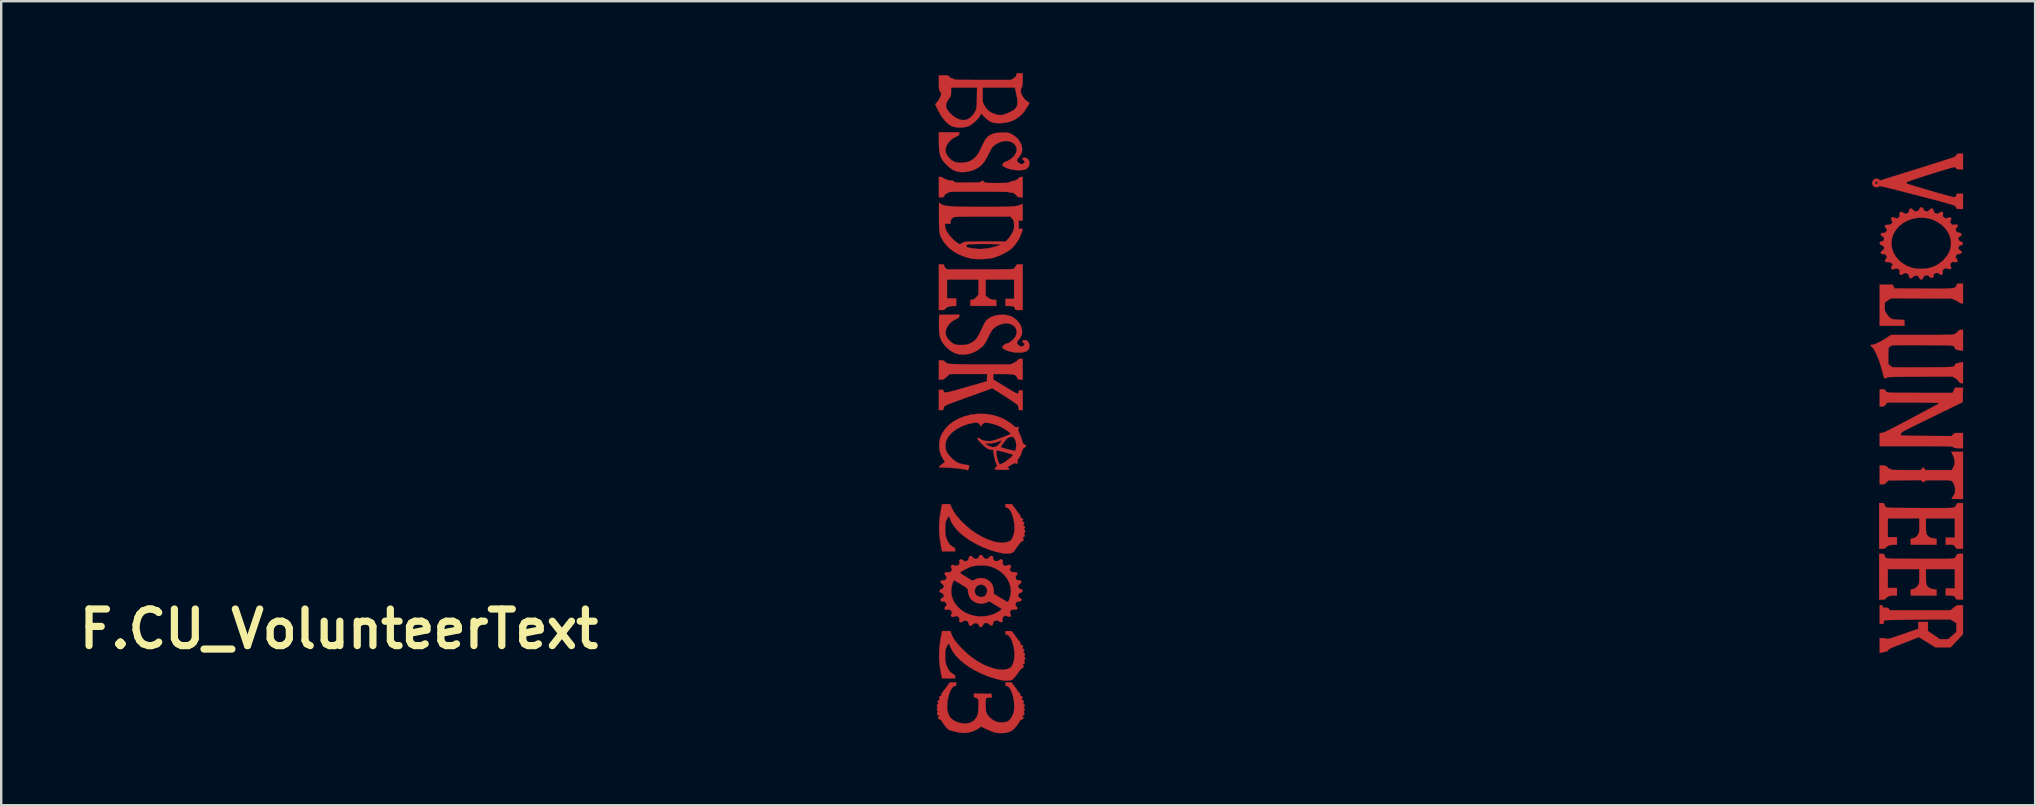
<source format=kicad_pcb>
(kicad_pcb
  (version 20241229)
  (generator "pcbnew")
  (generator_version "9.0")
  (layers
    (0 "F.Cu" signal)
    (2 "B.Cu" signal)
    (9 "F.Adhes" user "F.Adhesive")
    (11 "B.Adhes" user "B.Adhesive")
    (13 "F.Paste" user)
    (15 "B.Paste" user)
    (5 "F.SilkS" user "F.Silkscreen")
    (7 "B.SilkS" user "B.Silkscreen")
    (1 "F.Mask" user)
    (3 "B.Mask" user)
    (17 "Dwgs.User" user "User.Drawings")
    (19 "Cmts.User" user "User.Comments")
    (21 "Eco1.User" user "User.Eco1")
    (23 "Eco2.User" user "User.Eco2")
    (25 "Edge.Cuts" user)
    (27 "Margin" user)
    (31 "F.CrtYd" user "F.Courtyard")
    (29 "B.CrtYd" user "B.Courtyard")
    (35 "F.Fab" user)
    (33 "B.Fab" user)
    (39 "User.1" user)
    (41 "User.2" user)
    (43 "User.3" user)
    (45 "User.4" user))
  (footprint "F.CU_VolunteerText"
    (layer "F.Cu")
    (at 11.074 23.161)
    (property "Reference" "F.CU_VolunteerText" (at 0 0 0) (layer "F.SilkS") (effects (font (size 1.524 1.524) (thickness 0.3))))
    (attr through_hole)
    (fp_poly (pts (xy 67.67 -13.568) (xy 67.615 -13.568) (xy 67.561 -13.581) (xy 67.505 -13.614) (xy 67.499 -13.619) (xy 67.445 -13.656) (xy 67.37 -13.695) (xy 67.316 -13.72) (xy 67.194 -13.769) (xy 64.661 -13.781) (xy 64.536 -13.69) (xy 64.411 -13.6) (xy 64.411 -13.422) (xy 64.411 -13.335) (xy 64.417 -13.275) (xy 64.431 -13.227) (xy 64.46 -13.177) (xy 64.506 -13.11) (xy 64.568 -13.03) (xy 64.624 -12.973) (xy 64.684 -12.935) (xy 64.759 -12.911) (xy 64.858 -12.898) (xy 64.982 -12.89) (xy 65.225 -12.88) (xy 65.231 -12.758) (xy 65.238 -12.636) (xy 64.198 -12.636) (xy 64.198 -14.351) (xy 64.738 -14.351) (xy 64.781 -14.272) (xy 64.823 -14.192) (xy 66.019 -14.186) (xy 66.289 -14.185) (xy 66.519 -14.184) (xy 66.714 -14.184) (xy 66.876 -14.186) (xy 67.008 -14.188) (xy 67.115 -14.192) (xy 67.198 -14.199) (xy 67.261 -14.207) (xy 67.307 -14.219) (xy 67.34 -14.233) (xy 67.362 -14.251) (xy 67.378 -14.272) (xy 67.389 -14.297) (xy 67.399 -14.322) (xy 67.415 -14.362) (xy 67.436 -14.383) (xy 67.474 -14.392) (xy 67.541 -14.393) (xy 67.547 -14.393) (xy 67.67 -14.393) (xy 67.67 -13.568)) (stroke (width 0.01) (type solid)) (fill yes) (layer "F.Cu"))
    (fp_poly (pts (xy 25.167 -15.196) (xy 25.199 -15.186) (xy 25.209 -15.165) (xy 25.209 -15.154) (xy 25.224 -15.111) (xy 25.259 -15.061) (xy 25.271 -15.048) (xy 25.333 -14.986) (xy 26.702 -14.986) (xy 27.019 -14.986) (xy 27.297 -14.987) (xy 27.534 -14.989) (xy 27.732 -14.992) (xy 27.889 -14.995) (xy 28.004 -14.998) (xy 28.078 -15.003) (xy 28.11 -15.008) (xy 28.111 -15.008) (xy 28.145 -15.04) (xy 28.183 -15.094) (xy 28.194 -15.114) (xy 28.22 -15.16) (xy 28.245 -15.185) (xy 28.282 -15.196) (xy 28.345 -15.198) (xy 28.364 -15.198) (xy 28.49 -15.198) (xy 28.49 -13.293) (xy 28.332 -13.293) (xy 28.251 -13.293) (xy 28.203 -13.297) (xy 28.181 -13.308) (xy 28.173 -13.327) (xy 28.173 -13.344) (xy 28.158 -13.399) (xy 28.112 -13.436) (xy 28.03 -13.456) (xy 27.925 -13.462) (xy 27.771 -13.462) (xy 27.771 -13.758) (xy 28.131 -13.758) (xy 28.131 -14.563) (xy 26.945 -14.563) (xy 26.945 -13.902) (xy 27.015 -13.832) (xy 27.111 -13.765) (xy 27.23 -13.725) (xy 27.321 -13.716) (xy 27.39 -13.716) (xy 27.39 -13.462) (xy 26.31 -13.462) (xy 26.31 -13.712) (xy 26.395 -13.727) (xy 26.458 -13.746) (xy 26.515 -13.787) (xy 26.564 -13.837) (xy 26.649 -13.934) (xy 26.649 -14.563) (xy 25.337 -14.563) (xy 25.337 -13.78) (xy 25.718 -13.78) (xy 25.718 -13.462) (xy 25.596 -13.461) (xy 25.468 -13.449) (xy 25.362 -13.417) (xy 25.285 -13.368) (xy 25.266 -13.346) (xy 25.237 -13.314) (xy 25.199 -13.298) (xy 25.138 -13.293) (xy 25.112 -13.293) (xy 24.998 -13.293) (xy 24.998 -15.198) (xy 25.104 -15.198) (xy 25.167 -15.196)) (stroke (width 0.01) (type solid)) (fill yes) (layer "F.Cu"))
    (fp_poly (pts (xy 67.67 -5.419) (xy 67.425 -5.419) (xy 67.318 -5.42) (xy 67.247 -5.423) (xy 67.208 -5.429) (xy 67.196 -5.439) (xy 67.198 -5.446) (xy 67.219 -5.478) (xy 67.254 -5.53) (xy 67.278 -5.566) (xy 67.314 -5.625) (xy 67.333 -5.679) (xy 67.34 -5.747) (xy 67.341 -5.798) (xy 67.333 -5.906) (xy 67.309 -5.993) (xy 67.291 -6.032) (xy 67.265 -6.083) (xy 67.243 -6.123) (xy 67.219 -6.153) (xy 67.188 -6.174) (xy 67.145 -6.188) (xy 67.083 -6.196) (xy 66.998 -6.2) (xy 66.885 -6.202) (xy 66.737 -6.202) (xy 66.647 -6.202) (xy 66.483 -6.202) (xy 66.357 -6.201) (xy 66.262 -6.199) (xy 66.193 -6.196) (xy 66.146 -6.192) (xy 66.113 -6.185) (xy 66.092 -6.175) (xy 66.075 -6.162) (xy 66.068 -6.156) (xy 66.019 -6.11) (xy 65.917 -6.205) (xy 65.237 -6.198) (xy 64.557 -6.191) (xy 64.482 -6.112) (xy 64.432 -6.064) (xy 64.387 -6.04) (xy 64.329 -6.033) (xy 64.303 -6.032) (xy 64.198 -6.032) (xy 64.198 -6.816) (xy 64.316 -6.816) (xy 64.407 -6.807) (xy 64.48 -6.784) (xy 64.526 -6.749) (xy 64.537 -6.718) (xy 64.555 -6.695) (xy 64.587 -6.689) (xy 64.638 -6.676) (xy 64.664 -6.657) (xy 64.677 -6.647) (xy 64.703 -6.64) (xy 64.745 -6.634) (xy 64.808 -6.63) (xy 64.897 -6.628) (xy 65.017 -6.626) (xy 65.171 -6.625) (xy 65.295 -6.625) (xy 65.9 -6.625) (xy 65.961 -6.683) (xy 66.022 -6.742) (xy 66.064 -6.683) (xy 66.107 -6.625) (xy 67.202 -6.625) (xy 67.261 -6.726) (xy 67.312 -6.853) (xy 67.323 -6.99) (xy 67.294 -7.136) (xy 67.252 -7.237) (xy 67.218 -7.304) (xy 67.194 -7.355) (xy 67.183 -7.379) (xy 67.183 -7.38) (xy 67.203 -7.383) (xy 67.257 -7.385) (xy 67.336 -7.387) (xy 67.426 -7.387) (xy 67.67 -7.387) (xy 67.67 -5.419)) (stroke (width 0.01) (type solid)) (fill yes) (layer "F.Cu"))
    (fp_poly (pts (xy 64.307 -0.989) (xy 64.324 -0.965) (xy 64.326 -0.942) (xy 64.329 -0.911) (xy 64.345 -0.896) (xy 64.385 -0.89) (xy 64.439 -0.889) (xy 64.509 -0.886) (xy 64.551 -0.874) (xy 64.58 -0.848) (xy 64.588 -0.836) (xy 64.623 -0.783) (xy 67.152 -0.783) (xy 67.283 -0.889) (xy 67.351 -0.942) (xy 67.4 -0.974) (xy 67.445 -0.989) (xy 67.5 -0.994) (xy 67.542 -0.995) (xy 67.67 -0.995) (xy 67.67 0.215) (xy 67.155 0.762) (xy 66.521 0.762) (xy 66.176 0.549) (xy 65.831 0.337) (xy 65.196 0.584) (xy 65.017 0.654) (xy 64.874 0.71) (xy 64.763 0.756) (xy 64.68 0.792) (xy 64.621 0.82) (xy 64.583 0.842) (xy 64.562 0.859) (xy 64.554 0.874) (xy 64.554 0.875) (xy 64.548 0.896) (xy 64.53 0.913) (xy 64.496 0.928) (xy 64.437 0.944) (xy 64.348 0.964) (xy 64.267 0.98) (xy 64.198 0.994) (xy 64.198 0.381) (xy 64.345 0.381) (xy 64.429 0.384) (xy 64.478 0.392) (xy 64.498 0.408) (xy 64.499 0.411) (xy 64.51 0.416) (xy 64.544 0.412) (xy 64.601 0.398) (xy 64.687 0.373) (xy 64.802 0.336) (xy 64.951 0.286) (xy 65.137 0.223) (xy 65.156 0.216) (xy 65.807 -0.008) (xy 65.807 -0.296) (xy 66.209 -0.296) (xy 66.209 0.083) (xy 66.704 0.423) (xy 67.049 0.423) (xy 67.222 0.273) (xy 67.395 0.123) (xy 67.394 -0.06) (xy 67.394 -0.243) (xy 67.271 -0.323) (xy 67.147 -0.403) (xy 65.879 -0.394) (xy 65.647 -0.392) (xy 65.425 -0.39) (xy 65.217 -0.388) (xy 65.026 -0.385) (xy 64.858 -0.382) (xy 64.716 -0.379) (xy 64.604 -0.376) (xy 64.526 -0.373) (xy 64.49 -0.371) (xy 64.421 -0.361) (xy 64.385 -0.35) (xy 64.371 -0.329) (xy 64.368 -0.292) (xy 64.368 -0.284) (xy 64.365 -0.238) (xy 64.349 -0.217) (xy 64.307 -0.212) (xy 64.283 -0.212) (xy 64.198 -0.212) (xy 64.198 -0.995) (xy 64.262 -0.995) (xy 64.307 -0.989)) (stroke (width 0.01) (type solid)) (fill yes) (layer "F.Cu"))
    (fp_poly (pts (xy 64.344 -3.131) (xy 64.377 -3.12) (xy 64.393 -3.095) (xy 64.399 -3.071) (xy 64.424 -3.012) (xy 64.456 -2.971) (xy 64.466 -2.963) (xy 64.481 -2.956) (xy 64.503 -2.95) (xy 64.535 -2.946) (xy 64.581 -2.942) (xy 64.644 -2.938) (xy 64.726 -2.935) (xy 64.831 -2.933) (xy 64.963 -2.931) (xy 65.123 -2.93) (xy 65.316 -2.929) (xy 65.544 -2.927) (xy 65.811 -2.926) (xy 65.876 -2.926) (xy 66.158 -2.925) (xy 66.402 -2.924) (xy 66.609 -2.923) (xy 66.782 -2.923) (xy 66.926 -2.925) (xy 67.043 -2.927) (xy 67.136 -2.932) (xy 67.208 -2.938) (xy 67.263 -2.946) (xy 67.302 -2.957) (xy 67.33 -2.97) (xy 67.35 -2.987) (xy 67.364 -3.006) (xy 67.375 -3.029) (xy 67.387 -3.056) (xy 67.389 -3.06) (xy 67.411 -3.101) (xy 67.435 -3.122) (xy 67.475 -3.131) (xy 67.544 -3.133) (xy 67.67 -3.133) (xy 67.67 -1.228) (xy 67.522 -1.228) (xy 67.444 -1.229) (xy 67.399 -1.234) (xy 67.379 -1.246) (xy 67.374 -1.267) (xy 67.374 -1.268) (xy 67.358 -1.309) (xy 67.32 -1.351) (xy 67.318 -1.353) (xy 67.278 -1.377) (xy 67.227 -1.391) (xy 67.153 -1.396) (xy 67.106 -1.397) (xy 66.95 -1.397) (xy 66.95 -1.693) (xy 67.331 -1.693) (xy 67.331 -2.498) (xy 66.125 -2.498) (xy 66.125 -2.196) (xy 66.126 -2.068) (xy 66.129 -1.974) (xy 66.136 -1.907) (xy 66.147 -1.858) (xy 66.162 -1.82) (xy 66.223 -1.745) (xy 66.319 -1.691) (xy 66.447 -1.66) (xy 66.461 -1.658) (xy 66.569 -1.645) (xy 66.569 -1.397) (xy 65.49 -1.397) (xy 65.49 -1.646) (xy 65.567 -1.661) (xy 65.66 -1.69) (xy 65.734 -1.744) (xy 65.794 -1.821) (xy 65.816 -1.856) (xy 65.831 -1.89) (xy 65.841 -1.93) (xy 65.847 -1.986) (xy 65.849 -2.066) (xy 65.849 -2.179) (xy 65.85 -2.201) (xy 65.85 -2.498) (xy 64.537 -2.498) (xy 64.537 -1.714) (xy 64.918 -1.714) (xy 64.918 -1.397) (xy 64.78 -1.397) (xy 64.645 -1.386) (xy 64.542 -1.352) (xy 64.467 -1.294) (xy 64.458 -1.283) (xy 64.427 -1.25) (xy 64.388 -1.234) (xy 64.329 -1.228) (xy 64.296 -1.228) (xy 64.177 -1.228) (xy 64.177 -3.133) (xy 64.281 -3.133) (xy 64.344 -3.131)) (stroke (width 0.01) (type solid)) (fill yes) (layer "F.Cu"))
    (fp_poly (pts (xy 64.344 -5.247) (xy 64.377 -5.237) (xy 64.393 -5.212) (xy 64.399 -5.188) (xy 64.424 -5.128) (xy 64.456 -5.087) (xy 64.466 -5.08) (xy 64.481 -5.073) (xy 64.503 -5.067) (xy 64.535 -5.062) (xy 64.581 -5.058) (xy 64.644 -5.055) (xy 64.726 -5.052) (xy 64.831 -5.05) (xy 64.963 -5.048) (xy 65.123 -5.046) (xy 65.316 -5.045) (xy 65.544 -5.044) (xy 65.811 -5.043) (xy 65.876 -5.043) (xy 66.158 -5.041) (xy 66.402 -5.04) (xy 66.609 -5.04) (xy 66.782 -5.04) (xy 66.926 -5.041) (xy 67.043 -5.044) (xy 67.136 -5.048) (xy 67.208 -5.055) (xy 67.263 -5.063) (xy 67.302 -5.074) (xy 67.33 -5.087) (xy 67.35 -5.103) (xy 67.364 -5.123) (xy 67.375 -5.146) (xy 67.387 -5.173) (xy 67.389 -5.176) (xy 67.411 -5.217) (xy 67.435 -5.239) (xy 67.475 -5.248) (xy 67.544 -5.249) (xy 67.547 -5.249) (xy 67.67 -5.249) (xy 67.67 -3.344) (xy 67.522 -3.344) (xy 67.442 -3.346) (xy 67.396 -3.353) (xy 67.376 -3.366) (xy 67.374 -3.377) (xy 67.359 -3.413) (xy 67.325 -3.458) (xy 67.322 -3.462) (xy 67.29 -3.489) (xy 67.253 -3.505) (xy 67.2 -3.512) (xy 67.118 -3.514) (xy 67.11 -3.514) (xy 66.95 -3.514) (xy 66.95 -3.81) (xy 67.331 -3.81) (xy 67.331 -4.614) (xy 66.125 -4.614) (xy 66.125 -4.313) (xy 66.126 -4.185) (xy 66.129 -4.091) (xy 66.136 -4.024) (xy 66.147 -3.975) (xy 66.162 -3.937) (xy 66.223 -3.862) (xy 66.319 -3.808) (xy 66.447 -3.776) (xy 66.461 -3.775) (xy 66.569 -3.762) (xy 66.569 -3.514) (xy 65.49 -3.514) (xy 65.49 -3.763) (xy 65.569 -3.778) (xy 65.646 -3.797) (xy 65.701 -3.827) (xy 65.75 -3.877) (xy 65.785 -3.925) (xy 65.811 -3.963) (xy 65.828 -3.997) (xy 65.839 -4.034) (xy 65.846 -4.084) (xy 65.849 -4.155) (xy 65.849 -4.255) (xy 65.85 -4.317) (xy 65.85 -4.614) (xy 64.537 -4.614) (xy 64.537 -3.831) (xy 64.918 -3.831) (xy 64.918 -3.514) (xy 64.796 -3.514) (xy 64.66 -3.504) (xy 64.557 -3.475) (xy 64.482 -3.424) (xy 64.466 -3.407) (xy 64.43 -3.37) (xy 64.391 -3.351) (xy 64.334 -3.345) (xy 64.295 -3.344) (xy 64.177 -3.344) (xy 64.177 -5.249) (xy 64.281 -5.249) (xy 64.344 -5.247)) (stroke (width 0.01) (type solid)) (fill yes) (layer "F.Cu"))
    (fp_poly (pts (xy 25.138 -18.826) (xy 25.172 -18.796) (xy 25.216 -18.761) (xy 25.254 -18.754) (xy 25.307 -18.742) (xy 25.337 -18.722) (xy 25.379 -18.7) (xy 25.461 -18.69) (xy 25.482 -18.69) (xy 25.556 -18.687) (xy 25.599 -18.675) (xy 25.625 -18.652) (xy 25.628 -18.648) (xy 25.638 -18.635) (xy 25.653 -18.625) (xy 25.678 -18.617) (xy 25.719 -18.612) (xy 25.78 -18.609) (xy 25.867 -18.607) (xy 25.984 -18.606) (xy 26.138 -18.606) (xy 26.18 -18.605) (xy 26.344 -18.606) (xy 26.47 -18.606) (xy 26.565 -18.608) (xy 26.633 -18.611) (xy 26.682 -18.616) (xy 26.715 -18.624) (xy 26.739 -18.634) (xy 26.759 -18.647) (xy 26.764 -18.651) (xy 26.808 -18.677) (xy 26.835 -18.678) (xy 26.836 -18.676) (xy 26.863 -18.65) (xy 26.902 -18.62) (xy 26.925 -18.608) (xy 26.956 -18.599) (xy 27.003 -18.593) (xy 27.069 -18.588) (xy 27.162 -18.586) (xy 27.287 -18.585) (xy 27.411 -18.584) (xy 27.564 -18.585) (xy 27.681 -18.586) (xy 27.768 -18.589) (xy 27.831 -18.593) (xy 27.878 -18.6) (xy 27.913 -18.61) (xy 27.944 -18.624) (xy 27.951 -18.627) (xy 28.017 -18.654) (xy 28.08 -18.668) (xy 28.094 -18.669) (xy 28.184 -18.688) (xy 28.27 -18.738) (xy 28.317 -18.785) (xy 28.374 -18.83) (xy 28.425 -18.838) (xy 28.49 -18.838) (xy 28.49 -17.992) (xy 28.392 -17.992) (xy 28.334 -17.995) (xy 28.291 -18.009) (xy 28.248 -18.043) (xy 28.206 -18.087) (xy 28.152 -18.141) (xy 28.111 -18.169) (xy 28.065 -18.181) (xy 28.019 -18.182) (xy 27.958 -18.186) (xy 27.917 -18.197) (xy 27.908 -18.203) (xy 27.884 -18.208) (xy 27.818 -18.213) (xy 27.712 -18.216) (xy 27.566 -18.219) (xy 27.381 -18.222) (xy 27.158 -18.223) (xy 26.898 -18.224) (xy 26.658 -18.224) (xy 26.398 -18.224) (xy 26.177 -18.224) (xy 25.991 -18.224) (xy 25.838 -18.223) (xy 25.714 -18.221) (xy 25.616 -18.22) (xy 25.541 -18.217) (xy 25.485 -18.214) (xy 25.445 -18.209) (xy 25.417 -18.204) (xy 25.399 -18.198) (xy 25.387 -18.19) (xy 25.382 -18.185) (xy 25.33 -18.149) (xy 25.287 -18.132) (xy 25.243 -18.109) (xy 25.231 -18.068) (xy 25.221 -18.026) (xy 25.186 -18.002) (xy 25.119 -17.992) (xy 25.081 -17.992) (xy 24.998 -17.992) (xy 24.998 -18.838) (xy 25.072 -18.838) (xy 25.138 -18.826)) (stroke (width 0.01) (type solid)) (fill yes) (layer "F.Cu"))
    (fp_poly (pts (xy 67.665 -9.755) (xy 67.659 -9.457) (xy 66.474 -8.878) (xy 66.218 -8.753) (xy 65.997 -8.645) (xy 65.809 -8.553) (xy 65.651 -8.475) (xy 65.52 -8.411) (xy 65.413 -8.357) (xy 65.328 -8.314) (xy 65.261 -8.279) (xy 65.211 -8.252) (xy 65.175 -8.231) (xy 65.149 -8.213) (xy 65.131 -8.199) (xy 65.118 -8.187) (xy 65.108 -8.174) (xy 65.099 -8.162) (xy 65.082 -8.138) (xy 65.072 -8.119) (xy 65.07 -8.102) (xy 65.081 -8.089) (xy 65.108 -8.078) (xy 65.153 -8.069) (xy 65.22 -8.063) (xy 65.312 -8.058) (xy 65.432 -8.055) (xy 65.582 -8.052) (xy 65.767 -8.05) (xy 65.989 -8.049) (xy 66.153 -8.048) (xy 67.194 -8.041) (xy 67.256 -8.106) (xy 67.289 -8.138) (xy 67.32 -8.157) (xy 67.362 -8.166) (xy 67.426 -8.17) (xy 67.494 -8.17) (xy 67.67 -8.17) (xy 67.67 -7.535) (xy 67.493 -7.535) (xy 67.398 -7.537) (xy 67.335 -7.544) (xy 67.291 -7.559) (xy 67.262 -7.578) (xy 67.251 -7.586) (xy 67.237 -7.593) (xy 67.218 -7.599) (xy 67.19 -7.604) (xy 67.151 -7.608) (xy 67.098 -7.611) (xy 67.027 -7.614) (xy 66.935 -7.616) (xy 66.821 -7.618) (xy 66.679 -7.619) (xy 66.509 -7.619) (xy 66.305 -7.62) (xy 66.067 -7.62) (xy 65.789 -7.62) (xy 65.703 -7.62) (xy 64.198 -7.62) (xy 64.198 -8.17) (xy 64.284 -8.17) (xy 64.307 -8.173) (xy 64.339 -8.182) (xy 64.383 -8.198) (xy 64.442 -8.224) (xy 64.517 -8.259) (xy 64.613 -8.307) (xy 64.732 -8.367) (xy 64.877 -8.442) (xy 65.05 -8.533) (xy 65.254 -8.641) (xy 65.492 -8.767) (xy 65.533 -8.789) (xy 66.696 -9.409) (xy 66.596 -9.423) (xy 66.554 -9.426) (xy 66.475 -9.428) (xy 66.363 -9.431) (xy 66.223 -9.433) (xy 66.059 -9.435) (xy 65.877 -9.437) (xy 65.681 -9.438) (xy 65.507 -9.438) (xy 64.52 -9.44) (xy 64.453 -9.356) (xy 64.408 -9.304) (xy 64.368 -9.279) (xy 64.317 -9.271) (xy 64.292 -9.271) (xy 64.198 -9.271) (xy 64.198 -9.991) (xy 64.315 -9.991) (xy 64.383 -9.989) (xy 64.418 -9.98) (xy 64.431 -9.962) (xy 64.431 -9.953) (xy 64.448 -9.917) (xy 64.489 -9.881) (xy 64.493 -9.879) (xy 64.508 -9.871) (xy 64.529 -9.865) (xy 64.558 -9.86) (xy 64.599 -9.855) (xy 64.655 -9.852) (xy 64.73 -9.849) (xy 64.826 -9.847) (xy 64.947 -9.845) (xy 65.095 -9.844) (xy 65.274 -9.843) (xy 65.488 -9.843) (xy 65.739 -9.843) (xy 65.897 -9.842) (xy 67.239 -9.842) (xy 67.289 -9.948) (xy 67.338 -10.054) (xy 67.671 -10.054) (xy 67.665 -9.755)) (stroke (width 0.01) (type solid)) (fill yes) (layer "F.Cu"))
    (fp_poly (pts (xy 28.49 -10.393) (xy 28.395 -10.393) (xy 28.336 -10.395) (xy 28.301 -10.41) (xy 28.274 -10.447) (xy 28.255 -10.484) (xy 28.23 -10.528) (xy 28.198 -10.562) (xy 28.154 -10.587) (xy 28.093 -10.605) (xy 28.01 -10.616) (xy 27.898 -10.623) (xy 27.753 -10.625) (xy 27.643 -10.626) (xy 27.263 -10.626) (xy 27.263 -10.399) (xy 27.765 -10.092) (xy 27.921 -9.997) (xy 28.045 -9.923) (xy 28.14 -9.869) (xy 28.211 -9.834) (xy 28.26 -9.815) (xy 28.292 -9.812) (xy 28.31 -9.823) (xy 28.319 -9.848) (xy 28.321 -9.884) (xy 28.321 -9.887) (xy 28.325 -9.927) (xy 28.343 -9.944) (xy 28.39 -9.948) (xy 28.406 -9.948) (xy 28.49 -9.948) (xy 28.49 -9.123) (xy 28.406 -9.123) (xy 28.351 -9.125) (xy 28.327 -9.139) (xy 28.321 -9.176) (xy 28.321 -9.199) (xy 28.309 -9.269) (xy 28.281 -9.332) (xy 28.28 -9.333) (xy 28.252 -9.359) (xy 28.192 -9.404) (xy 28.107 -9.464) (xy 28.001 -9.537) (xy 27.88 -9.617) (xy 27.747 -9.703) (xy 27.732 -9.712) (xy 27.225 -10.034) (xy 26.24 -9.679) (xy 26.013 -9.597) (xy 25.823 -9.528) (xy 25.666 -9.47) (xy 25.539 -9.423) (xy 25.439 -9.384) (xy 25.363 -9.352) (xy 25.307 -9.327) (xy 25.267 -9.307) (xy 25.242 -9.29) (xy 25.226 -9.275) (xy 25.222 -9.268) (xy 25.197 -9.213) (xy 25.188 -9.167) (xy 25.183 -9.14) (xy 25.158 -9.127) (xy 25.105 -9.123) (xy 25.093 -9.123) (xy 24.998 -9.123) (xy 24.998 -9.97) (xy 25.092 -9.97) (xy 25.151 -9.967) (xy 25.18 -9.954) (xy 25.192 -9.926) (xy 25.192 -9.922) (xy 25.198 -9.897) (xy 25.208 -9.877) (xy 25.228 -9.864) (xy 25.259 -9.858) (xy 25.306 -9.86) (xy 25.373 -9.871) (xy 25.461 -9.89) (xy 25.576 -9.919) (xy 25.721 -9.958) (xy 25.898 -10.008) (xy 26.112 -10.069) (xy 26.152 -10.081) (xy 26.998 -10.324) (xy 27.004 -10.475) (xy 27.011 -10.626) (xy 25.45 -10.626) (xy 25.321 -10.509) (xy 25.254 -10.451) (xy 25.205 -10.416) (xy 25.163 -10.399) (xy 25.116 -10.393) (xy 25.095 -10.393) (xy 24.998 -10.393) (xy 24.998 -11.197) (xy 25.102 -11.197) (xy 25.171 -11.193) (xy 25.216 -11.176) (xy 25.254 -11.139) (xy 25.256 -11.137) (xy 25.276 -11.116) (xy 25.297 -11.097) (xy 25.324 -11.081) (xy 25.36 -11.068) (xy 25.407 -11.057) (xy 25.469 -11.048) (xy 25.549 -11.042) (xy 25.651 -11.036) (xy 25.777 -11.033) (xy 25.931 -11.03) (xy 26.116 -11.029) (xy 26.335 -11.028) (xy 26.591 -11.028) (xy 26.746 -11.028) (xy 27.988 -11.028) (xy 28.122 -11.094) (xy 28.195 -11.134) (xy 28.255 -11.177) (xy 28.289 -11.21) (xy 28.324 -11.246) (xy 28.377 -11.26) (xy 28.406 -11.261) (xy 28.49 -11.261) (xy 28.49 -10.393)) (stroke (width 0.01) (type solid)) (fill yes) (layer "F.Cu"))
    (fp_poly (pts (xy 67.67 -19.156) (xy 67.535 -19.156) (xy 67.46 -19.158) (xy 67.417 -19.165) (xy 67.396 -19.18) (xy 67.389 -19.197) (xy 67.361 -19.234) (xy 67.327 -19.251) (xy 67.298 -19.247) (xy 67.233 -19.232) (xy 67.138 -19.206) (xy 67.017 -19.171) (xy 66.875 -19.129) (xy 66.718 -19.082) (xy 66.55 -19.03) (xy 66.375 -18.975) (xy 66.199 -18.92) (xy 66.027 -18.865) (xy 65.863 -18.812) (xy 65.712 -18.762) (xy 65.579 -18.717) (xy 65.47 -18.679) (xy 65.388 -18.649) (xy 65.339 -18.629) (xy 65.328 -18.622) (xy 65.312 -18.586) (xy 65.317 -18.568) (xy 65.34 -18.558) (xy 65.399 -18.537) (xy 65.488 -18.508) (xy 65.604 -18.472) (xy 65.742 -18.43) (xy 65.896 -18.384) (xy 66.062 -18.335) (xy 66.234 -18.285) (xy 66.409 -18.234) (xy 66.581 -18.184) (xy 66.746 -18.138) (xy 66.898 -18.095) (xy 67.033 -18.058) (xy 67.145 -18.028) (xy 67.231 -18.006) (xy 67.285 -17.994) (xy 67.3 -17.992) (xy 67.358 -18.009) (xy 67.39 -18.058) (xy 67.395 -18.091) (xy 67.398 -18.117) (xy 67.413 -18.132) (xy 67.45 -18.138) (xy 67.519 -18.14) (xy 67.532 -18.14) (xy 67.67 -18.14) (xy 67.67 -17.505) (xy 67.532 -17.505) (xy 67.454 -17.507) (xy 67.411 -17.515) (xy 67.395 -17.53) (xy 67.395 -17.535) (xy 67.381 -17.571) (xy 67.349 -17.617) (xy 67.347 -17.62) (xy 67.334 -17.631) (xy 67.314 -17.643) (xy 67.283 -17.657) (xy 67.238 -17.673) (xy 67.177 -17.693) (xy 67.097 -17.717) (xy 66.996 -17.746) (xy 66.87 -17.781) (xy 66.718 -17.822) (xy 66.535 -17.871) (xy 66.32 -17.927) (xy 66.07 -17.993) (xy 65.781 -18.068) (xy 65.755 -18.075) (xy 65.465 -18.15) (xy 65.213 -18.215) (xy 64.997 -18.271) (xy 64.813 -18.318) (xy 64.66 -18.356) (xy 64.533 -18.387) (xy 64.431 -18.412) (xy 64.351 -18.429) (xy 64.29 -18.442) (xy 64.245 -18.449) (xy 64.213 -18.452) (xy 64.192 -18.451) (xy 64.179 -18.447) (xy 64.174 -18.444) (xy 64.112 -18.414) (xy 64.038 -18.412) (xy 63.967 -18.436) (xy 63.929 -18.467) (xy 63.887 -18.543) (xy 63.887 -18.595) (xy 64.011 -18.595) (xy 64.026 -18.56) (xy 64.059 -18.545) (xy 64.066 -18.546) (xy 64.101 -18.57) (xy 64.11 -18.59) (xy 64.1 -18.626) (xy 64.068 -18.644) (xy 64.03 -18.636) (xy 64.025 -18.631) (xy 64.011 -18.595) (xy 63.887 -18.595) (xy 63.887 -18.621) (xy 63.927 -18.696) (xy 63.943 -18.713) (xy 64.014 -18.763) (xy 64.085 -18.77) (xy 64.157 -18.736) (xy 64.162 -18.732) (xy 64.216 -18.69) (xy 65.747 -19.168) (xy 65.994 -19.245) (xy 66.229 -19.319) (xy 66.45 -19.389) (xy 66.654 -19.454) (xy 66.836 -19.512) (xy 66.995 -19.564) (xy 67.127 -19.607) (xy 67.228 -19.641) (xy 67.296 -19.664) (xy 67.326 -19.676) (xy 67.327 -19.677) (xy 67.374 -19.721) (xy 67.399 -19.76) (xy 67.417 -19.79) (xy 67.445 -19.805) (xy 67.494 -19.811) (xy 67.546 -19.812) (xy 67.67 -19.812) (xy 67.67 -19.156)) (stroke (width 0.01) (type solid)) (fill yes) (layer "F.Cu"))
    (fp_poly (pts (xy 25.845 -20.638) (xy 25.841 -20.605) (xy 25.826 -20.579) (xy 25.79 -20.553) (xy 25.727 -20.521) (xy 25.691 -20.504) (xy 25.551 -20.422) (xy 25.434 -20.317) (xy 25.345 -20.197) (xy 25.29 -20.067) (xy 25.273 -19.945) (xy 25.292 -19.847) (xy 25.342 -19.743) (xy 25.418 -19.642) (xy 25.511 -19.552) (xy 25.614 -19.484) (xy 25.66 -19.463) (xy 25.764 -19.439) (xy 25.891 -19.43) (xy 26.029 -19.437) (xy 26.163 -19.458) (xy 26.278 -19.493) (xy 26.296 -19.501) (xy 26.435 -19.587) (xy 26.56 -19.709) (xy 26.666 -19.862) (xy 26.703 -19.934) (xy 26.752 -20.036) (xy 26.807 -20.153) (xy 26.858 -20.261) (xy 26.863 -20.271) (xy 26.942 -20.409) (xy 27.034 -20.516) (xy 27.145 -20.595) (xy 27.279 -20.649) (xy 27.442 -20.68) (xy 27.638 -20.69) (xy 27.654 -20.69) (xy 27.762 -20.689) (xy 27.84 -20.685) (xy 27.899 -20.675) (xy 27.953 -20.658) (xy 28.008 -20.634) (xy 28.153 -20.547) (xy 28.277 -20.435) (xy 28.374 -20.306) (xy 28.438 -20.166) (xy 28.463 -20.046) (xy 28.463 -19.923) (xy 28.435 -19.817) (xy 28.375 -19.716) (xy 28.331 -19.663) (xy 28.274 -19.591) (xy 28.252 -19.534) (xy 28.265 -19.485) (xy 28.312 -19.435) (xy 28.331 -19.419) (xy 28.408 -19.376) (xy 28.474 -19.373) (xy 28.533 -19.41) (xy 28.567 -19.453) (xy 28.568 -19.486) (xy 28.533 -19.525) (xy 28.52 -19.535) (xy 28.48 -19.58) (xy 28.48 -19.616) (xy 28.519 -19.638) (xy 28.563 -19.643) (xy 28.646 -19.625) (xy 28.709 -19.578) (xy 28.751 -19.509) (xy 28.769 -19.428) (xy 28.764 -19.343) (xy 28.732 -19.262) (xy 28.672 -19.194) (xy 28.646 -19.175) (xy 28.56 -19.141) (xy 28.444 -19.122) (xy 28.309 -19.117) (xy 28.165 -19.127) (xy 28.02 -19.149) (xy 27.886 -19.184) (xy 27.772 -19.231) (xy 27.765 -19.235) (xy 27.688 -19.279) (xy 27.647 -19.313) (xy 27.638 -19.345) (xy 27.659 -19.381) (xy 27.694 -19.419) (xy 27.756 -19.47) (xy 27.812 -19.494) (xy 27.822 -19.494) (xy 27.865 -19.507) (xy 27.929 -19.542) (xy 28.002 -19.592) (xy 28.007 -19.595) (xy 28.12 -19.699) (xy 28.197 -19.809) (xy 28.236 -19.92) (xy 28.238 -20.028) (xy 28.202 -20.131) (xy 28.126 -20.223) (xy 28.086 -20.256) (xy 27.974 -20.312) (xy 27.843 -20.336) (xy 27.701 -20.329) (xy 27.555 -20.292) (xy 27.413 -20.227) (xy 27.287 -20.138) (xy 27.243 -20.095) (xy 27.2 -20.038) (xy 27.154 -19.96) (xy 27.098 -19.854) (xy 27.064 -19.783) (xy 26.976 -19.612) (xy 26.89 -19.475) (xy 26.803 -19.366) (xy 26.709 -19.278) (xy 26.628 -19.22) (xy 26.47 -19.138) (xy 26.293 -19.079) (xy 26.109 -19.045) (xy 25.93 -19.039) (xy 25.771 -19.062) (xy 25.652 -19.1) (xy 25.543 -19.156) (xy 25.434 -19.236) (xy 25.314 -19.345) (xy 25.304 -19.356) (xy 25.214 -19.452) (xy 25.143 -19.546) (xy 25.088 -19.644) (xy 25.049 -19.752) (xy 25.022 -19.877) (xy 25.006 -20.027) (xy 24.999 -20.207) (xy 24.998 -20.345) (xy 24.998 -20.701) (xy 25.845 -20.701) (xy 25.845 -20.638)) (stroke (width 0.01) (type solid)) (fill yes) (layer "F.Cu"))
    (fp_poly (pts (xy 25.845 -13.039) (xy 25.841 -13.004) (xy 25.824 -12.977) (xy 25.786 -12.951) (xy 25.718 -12.918) (xy 25.709 -12.914) (xy 25.557 -12.827) (xy 25.435 -12.718) (xy 25.344 -12.592) (xy 25.29 -12.453) (xy 25.278 -12.38) (xy 25.286 -12.264) (xy 25.334 -12.149) (xy 25.422 -12.035) (xy 25.474 -11.984) (xy 25.558 -11.916) (xy 25.641 -11.871) (xy 25.735 -11.844) (xy 25.849 -11.834) (xy 25.978 -11.836) (xy 26.082 -11.842) (xy 26.16 -11.854) (xy 26.227 -11.873) (xy 26.3 -11.905) (xy 26.316 -11.913) (xy 26.395 -11.956) (xy 26.463 -12.003) (xy 26.524 -12.059) (xy 26.582 -12.13) (xy 26.64 -12.221) (xy 26.703 -12.338) (xy 26.774 -12.484) (xy 26.837 -12.623) (xy 26.88 -12.709) (xy 26.929 -12.793) (xy 26.97 -12.853) (xy 27.063 -12.939) (xy 27.187 -13.008) (xy 27.333 -13.059) (xy 27.494 -13.089) (xy 27.66 -13.098) (xy 27.824 -13.083) (xy 27.977 -13.044) (xy 27.988 -13.04) (xy 28.125 -12.968) (xy 28.248 -12.867) (xy 28.349 -12.745) (xy 28.422 -12.61) (xy 28.461 -12.47) (xy 28.463 -12.448) (xy 28.463 -12.324) (xy 28.435 -12.219) (xy 28.375 -12.117) (xy 28.331 -12.064) (xy 28.275 -11.993) (xy 28.252 -11.936) (xy 28.264 -11.887) (xy 28.309 -11.835) (xy 28.325 -11.821) (xy 28.4 -11.778) (xy 28.471 -11.774) (xy 28.534 -11.812) (xy 28.534 -11.812) (xy 28.567 -11.86) (xy 28.558 -11.898) (xy 28.515 -11.927) (xy 28.476 -11.96) (xy 28.474 -11.999) (xy 28.507 -12.03) (xy 28.525 -12.036) (xy 28.609 -12.038) (xy 28.682 -12.004) (xy 28.737 -11.94) (xy 28.767 -11.852) (xy 28.771 -11.808) (xy 28.758 -11.706) (xy 28.715 -11.627) (xy 28.639 -11.571) (xy 28.529 -11.535) (xy 28.393 -11.519) (xy 28.19 -11.522) (xy 27.997 -11.552) (xy 27.827 -11.606) (xy 27.799 -11.619) (xy 27.71 -11.664) (xy 27.658 -11.7) (xy 27.639 -11.733) (xy 27.65 -11.77) (xy 27.689 -11.815) (xy 27.694 -11.821) (xy 27.747 -11.865) (xy 27.795 -11.892) (xy 27.814 -11.896) (xy 27.882 -11.912) (xy 27.963 -11.957) (xy 28.047 -12.022) (xy 28.124 -12.099) (xy 28.185 -12.182) (xy 28.185 -12.183) (xy 28.232 -12.297) (xy 28.24 -12.407) (xy 28.213 -12.509) (xy 28.156 -12.598) (xy 28.07 -12.668) (xy 27.961 -12.716) (xy 27.832 -12.737) (xy 27.741 -12.735) (xy 27.615 -12.709) (xy 27.485 -12.659) (xy 27.364 -12.593) (xy 27.267 -12.517) (xy 27.234 -12.482) (xy 27.198 -12.429) (xy 27.15 -12.348) (xy 27.096 -12.249) (xy 27.042 -12.143) (xy 27.035 -12.127) (xy 26.979 -12.014) (xy 26.933 -11.929) (xy 26.89 -11.864) (xy 26.845 -11.809) (xy 26.79 -11.753) (xy 26.773 -11.738) (xy 26.608 -11.612) (xy 26.423 -11.518) (xy 26.225 -11.458) (xy 26.022 -11.434) (xy 25.822 -11.45) (xy 25.806 -11.453) (xy 25.642 -11.505) (xy 25.481 -11.598) (xy 25.345 -11.711) (xy 25.24 -11.817) (xy 25.158 -11.92) (xy 25.096 -12.027) (xy 25.051 -12.144) (xy 25.022 -12.279) (xy 25.007 -12.438) (xy 25.002 -12.628) (xy 25.003 -12.738) (xy 25.008 -13.092) (xy 25.845 -13.103) (xy 25.845 -13.039)) (stroke (width 0.01) (type solid)) (fill yes) (layer "F.Cu"))
    (fp_poly (pts (xy 25.511 0.185) (xy 25.559 0.3) (xy 25.62 0.411) (xy 25.701 0.526) (xy 25.805 0.651) (xy 25.937 0.791) (xy 25.982 0.837) (xy 26.181 1.025) (xy 26.373 1.183) (xy 26.569 1.319) (xy 26.782 1.44) (xy 26.905 1.502) (xy 27.121 1.593) (xy 27.328 1.656) (xy 27.519 1.69) (xy 27.691 1.694) (xy 27.841 1.669) (xy 27.909 1.643) (xy 27.969 1.612) (xy 28.01 1.578) (xy 28.043 1.528) (xy 28.077 1.459) (xy 28.128 1.299) (xy 28.149 1.115) (xy 28.142 0.915) (xy 28.106 0.705) (xy 28.042 0.493) (xy 28.041 0.49) (xy 27.996 0.393) (xy 27.941 0.313) (xy 27.882 0.257) (xy 27.827 0.233) (xy 27.821 0.233) (xy 27.787 0.227) (xy 27.773 0.201) (xy 27.771 0.159) (xy 27.771 0.085) (xy 28.035 0.086) (xy 28.173 0.278) (xy 28.234 0.36) (xy 28.29 0.434) (xy 28.335 0.489) (xy 28.358 0.513) (xy 28.392 0.563) (xy 28.392 0.607) (xy 28.391 0.646) (xy 28.41 0.656) (xy 28.45 0.668) (xy 28.481 0.686) (xy 28.508 0.714) (xy 28.5 0.739) (xy 28.496 0.744) (xy 28.471 0.785) (xy 28.48 0.816) (xy 28.512 0.826) (xy 28.544 0.842) (xy 28.555 0.878) (xy 28.542 0.913) (xy 28.533 0.921) (xy 28.513 0.95) (xy 28.518 0.981) (xy 28.544 0.995) (xy 28.579 1.01) (xy 28.589 1.048) (xy 28.571 1.093) (xy 28.564 1.101) (xy 28.54 1.132) (xy 28.545 1.148) (xy 28.562 1.155) (xy 28.589 1.185) (xy 28.594 1.231) (xy 28.576 1.276) (xy 28.559 1.291) (xy 28.537 1.313) (xy 28.549 1.326) (xy 28.572 1.355) (xy 28.574 1.399) (xy 28.556 1.439) (xy 28.533 1.454) (xy 28.495 1.473) (xy 28.499 1.5) (xy 28.514 1.518) (xy 28.528 1.556) (xy 28.515 1.599) (xy 28.484 1.627) (xy 28.469 1.63) (xy 28.434 1.648) (xy 28.388 1.696) (xy 28.363 1.73) (xy 28.274 1.858) (xy 28.194 1.965) (xy 28.124 2.048) (xy 28.07 2.101) (xy 28.046 2.117) (xy 27.968 2.139) (xy 27.862 2.149) (xy 27.742 2.147) (xy 27.654 2.137) (xy 27.573 2.121) (xy 27.471 2.098) (xy 27.365 2.071) (xy 27.337 2.063) (xy 27.049 1.97) (xy 26.774 1.858) (xy 26.513 1.73) (xy 26.272 1.588) (xy 26.054 1.434) (xy 25.863 1.273) (xy 25.701 1.106) (xy 25.574 0.935) (xy 25.485 0.765) (xy 25.473 0.733) (xy 25.446 0.667) (xy 25.423 0.62) (xy 25.408 0.603) (xy 25.39 0.621) (xy 25.36 0.667) (xy 25.326 0.73) (xy 25.299 0.787) (xy 25.281 0.836) (xy 25.27 0.888) (xy 25.264 0.954) (xy 25.263 1.044) (xy 25.262 1.111) (xy 25.264 1.232) (xy 25.269 1.323) (xy 25.28 1.398) (xy 25.299 1.468) (xy 25.312 1.509) (xy 25.378 1.66) (xy 25.46 1.777) (xy 25.556 1.857) (xy 25.585 1.873) (xy 25.641 1.903) (xy 25.668 1.932) (xy 25.675 1.973) (xy 25.675 1.984) (xy 25.675 2.053) (xy 25.131 2.053) (xy 25.085 1.84) (xy 25.029 1.5) (xy 25.006 1.161) (xy 25.017 0.815) (xy 25.061 0.454) (xy 25.084 0.323) (xy 25.13 0.085) (xy 25.475 0.085) (xy 25.511 0.185)) (stroke (width 0.01) (type solid)) (fill yes) (layer "F.Cu"))
    (fp_poly (pts (xy 67.67 -11.599) (xy 67.622 -11.6) (xy 67.575 -11.605) (xy 67.506 -11.618) (xy 67.458 -11.628) (xy 67.387 -11.648) (xy 67.349 -11.67) (xy 67.335 -11.699) (xy 67.335 -11.699) (xy 67.315 -11.746) (xy 67.285 -11.782) (xy 67.274 -11.791) (xy 67.259 -11.798) (xy 67.236 -11.804) (xy 67.202 -11.809) (xy 67.153 -11.813) (xy 67.087 -11.816) (xy 66.999 -11.819) (xy 66.887 -11.821) (xy 66.748 -11.823) (xy 66.577 -11.824) (xy 66.373 -11.826) (xy 66.13 -11.827) (xy 66.022 -11.828) (xy 65.796 -11.829) (xy 65.582 -11.829) (xy 65.383 -11.829) (xy 65.202 -11.829) (xy 65.045 -11.828) (xy 64.915 -11.827) (xy 64.816 -11.825) (xy 64.753 -11.823) (xy 64.731 -11.821) (xy 64.664 -11.796) (xy 64.609 -11.758) (xy 64.59 -11.737) (xy 64.576 -11.714) (xy 64.567 -11.681) (xy 64.562 -11.632) (xy 64.559 -11.56) (xy 64.558 -11.456) (xy 64.558 -11.38) (xy 64.558 -11.052) (xy 64.623 -10.987) (xy 64.675 -10.943) (xy 64.723 -10.914) (xy 64.735 -10.911) (xy 64.764 -10.909) (xy 64.831 -10.907) (xy 64.933 -10.906) (xy 65.066 -10.905) (xy 65.226 -10.904) (xy 65.408 -10.904) (xy 65.609 -10.904) (xy 65.826 -10.905) (xy 66.021 -10.905) (xy 66.288 -10.907) (xy 66.515 -10.908) (xy 66.706 -10.91) (xy 66.865 -10.912) (xy 66.994 -10.915) (xy 67.096 -10.918) (xy 67.175 -10.924) (xy 67.233 -10.93) (xy 67.275 -10.939) (xy 67.302 -10.949) (xy 67.319 -10.962) (xy 67.328 -10.978) (xy 67.333 -10.996) (xy 67.335 -11.012) (xy 67.345 -11.037) (xy 67.372 -11.056) (xy 67.425 -11.074) (xy 67.506 -11.093) (xy 67.67 -11.129) (xy 67.67 -10.245) (xy 67.601 -10.245) (xy 67.552 -10.252) (xy 67.517 -10.279) (xy 67.487 -10.325) (xy 67.422 -10.402) (xy 67.334 -10.463) (xy 67.227 -10.521) (xy 65.888 -10.515) (xy 65.615 -10.514) (xy 65.382 -10.513) (xy 65.185 -10.511) (xy 65.02 -10.51) (xy 64.885 -10.508) (xy 64.776 -10.505) (xy 64.689 -10.503) (xy 64.623 -10.499) (xy 64.573 -10.495) (xy 64.536 -10.49) (xy 64.51 -10.484) (xy 64.49 -10.477) (xy 64.477 -10.47) (xy 64.427 -10.45) (xy 64.394 -10.447) (xy 64.39 -10.449) (xy 64.379 -10.476) (xy 64.361 -10.535) (xy 64.34 -10.615) (xy 64.327 -10.668) (xy 64.277 -10.857) (xy 64.22 -11.044) (xy 64.157 -11.223) (xy 64.09 -11.387) (xy 64.024 -11.532) (xy 63.96 -11.65) (xy 63.9 -11.735) (xy 63.87 -11.766) (xy 63.828 -11.805) (xy 63.815 -11.825) (xy 63.829 -11.836) (xy 63.846 -11.84) (xy 63.904 -11.851) (xy 63.935 -11.853) (xy 63.983 -11.864) (xy 64.058 -11.894) (xy 64.153 -11.939) (xy 64.259 -11.996) (xy 64.369 -12.058) (xy 64.474 -12.124) (xy 64.492 -12.137) (xy 64.67 -12.255) (xy 65.959 -12.255) (xy 66.225 -12.256) (xy 66.452 -12.256) (xy 66.643 -12.256) (xy 66.802 -12.257) (xy 66.932 -12.258) (xy 67.037 -12.26) (xy 67.119 -12.263) (xy 67.182 -12.266) (xy 67.229 -12.27) (xy 67.265 -12.275) (xy 67.291 -12.281) (xy 67.312 -12.289) (xy 67.33 -12.297) (xy 67.332 -12.298) (xy 67.397 -12.341) (xy 67.453 -12.393) (xy 67.462 -12.404) (xy 67.505 -12.449) (xy 67.557 -12.466) (xy 67.589 -12.467) (xy 67.67 -12.467) (xy 67.67 -11.599)) (stroke (width 0.01) (type solid)) (fill yes) (layer "F.Cu"))
    (fp_poly (pts (xy 27.903 -5.206) (xy 28.035 -5.206) (xy 28.162 -5.035) (xy 28.219 -4.959) (xy 28.267 -4.893) (xy 28.3 -4.845) (xy 28.31 -4.83) (xy 28.345 -4.787) (xy 28.369 -4.767) (xy 28.396 -4.725) (xy 28.393 -4.687) (xy 28.39 -4.646) (xy 28.41 -4.636) (xy 28.45 -4.624) (xy 28.481 -4.605) (xy 28.508 -4.577) (xy 28.5 -4.552) (xy 28.496 -4.548) (xy 28.471 -4.507) (xy 28.48 -4.476) (xy 28.512 -4.466) (xy 28.544 -4.45) (xy 28.555 -4.414) (xy 28.542 -4.379) (xy 28.533 -4.371) (xy 28.513 -4.342) (xy 28.518 -4.31) (xy 28.544 -4.297) (xy 28.58 -4.281) (xy 28.591 -4.246) (xy 28.574 -4.207) (xy 28.563 -4.197) (xy 28.535 -4.173) (xy 28.541 -4.154) (xy 28.559 -4.14) (xy 28.59 -4.098) (xy 28.596 -4.068) (xy 28.58 -4.021) (xy 28.559 -4) (xy 28.537 -3.979) (xy 28.549 -3.966) (xy 28.572 -3.937) (xy 28.574 -3.893) (xy 28.556 -3.853) (xy 28.533 -3.837) (xy 28.495 -3.819) (xy 28.499 -3.792) (xy 28.514 -3.774) (xy 28.527 -3.736) (xy 28.515 -3.693) (xy 28.485 -3.665) (xy 28.47 -3.662) (xy 28.438 -3.644) (xy 28.388 -3.592) (xy 28.322 -3.509) (xy 28.291 -3.466) (xy 28.22 -3.367) (xy 28.169 -3.296) (xy 28.133 -3.248) (xy 28.107 -3.218) (xy 28.088 -3.2) (xy 28.07 -3.188) (xy 28.055 -3.18) (xy 27.985 -3.157) (xy 27.888 -3.146) (xy 27.777 -3.145) (xy 27.675 -3.155) (xy 27.398 -3.213) (xy 27.111 -3.3) (xy 26.824 -3.413) (xy 26.544 -3.548) (xy 26.281 -3.7) (xy 26.043 -3.866) (xy 25.849 -4.03) (xy 25.738 -4.146) (xy 25.637 -4.271) (xy 25.553 -4.397) (xy 25.49 -4.514) (xy 25.461 -4.596) (xy 25.442 -4.654) (xy 25.422 -4.688) (xy 25.412 -4.693) (xy 25.391 -4.672) (xy 25.36 -4.624) (xy 25.326 -4.561) (xy 25.299 -4.504) (xy 25.281 -4.456) (xy 25.27 -4.404) (xy 25.264 -4.339) (xy 25.263 -4.248) (xy 25.262 -4.18) (xy 25.264 -4.06) (xy 25.269 -3.968) (xy 25.28 -3.894) (xy 25.299 -3.823) (xy 25.312 -3.782) (xy 25.378 -3.631) (xy 25.46 -3.514) (xy 25.556 -3.435) (xy 25.585 -3.419) (xy 25.641 -3.389) (xy 25.668 -3.36) (xy 25.675 -3.318) (xy 25.675 -3.308) (xy 25.675 -3.239) (xy 25.131 -3.239) (xy 25.086 -3.45) (xy 25.025 -3.835) (xy 25.006 -4.225) (xy 25.028 -4.619) (xy 25.083 -4.968) (xy 25.1 -5.057) (xy 25.114 -5.131) (xy 25.123 -5.178) (xy 25.125 -5.191) (xy 25.144 -5.198) (xy 25.197 -5.204) (xy 25.272 -5.207) (xy 25.305 -5.207) (xy 25.4 -5.205) (xy 25.458 -5.198) (xy 25.483 -5.186) (xy 25.485 -5.181) (xy 25.496 -5.137) (xy 25.525 -5.067) (xy 25.568 -4.982) (xy 25.62 -4.891) (xy 25.675 -4.803) (xy 25.717 -4.743) (xy 25.805 -4.635) (xy 25.917 -4.513) (xy 26.045 -4.387) (xy 26.178 -4.265) (xy 26.306 -4.159) (xy 26.352 -4.123) (xy 26.568 -3.975) (xy 26.786 -3.849) (xy 27.001 -3.748) (xy 27.208 -3.671) (xy 27.405 -3.621) (xy 27.587 -3.598) (xy 27.75 -3.604) (xy 27.889 -3.64) (xy 27.909 -3.649) (xy 27.969 -3.68) (xy 28.01 -3.714) (xy 28.043 -3.763) (xy 28.077 -3.833) (xy 28.128 -3.993) (xy 28.149 -4.177) (xy 28.142 -4.377) (xy 28.106 -4.587) (xy 28.042 -4.799) (xy 28.041 -4.801) (xy 27.996 -4.899) (xy 27.941 -4.979) (xy 27.882 -5.035) (xy 27.827 -5.059) (xy 27.821 -5.059) (xy 27.787 -5.065) (xy 27.773 -5.091) (xy 27.771 -5.133) (xy 27.771 -5.207) (xy 27.903 -5.206)) (stroke (width 0.01) (type solid)) (fill yes) (layer "F.Cu"))
    (fp_poly (pts (xy 28.49 -22.907) (xy 28.489 -22.792) (xy 28.485 -22.71) (xy 28.476 -22.65) (xy 28.461 -22.603) (xy 28.448 -22.574) (xy 28.421 -22.504) (xy 28.406 -22.435) (xy 28.406 -22.421) (xy 28.422 -22.332) (xy 28.466 -22.232) (xy 28.529 -22.133) (xy 28.604 -22.046) (xy 28.683 -21.985) (xy 28.69 -21.981) (xy 28.737 -21.951) (xy 28.764 -21.926) (xy 28.765 -21.92) (xy 28.756 -21.893) (xy 28.73 -21.84) (xy 28.699 -21.782) (xy 28.561 -21.572) (xy 28.405 -21.4) (xy 28.229 -21.265) (xy 28.033 -21.167) (xy 27.816 -21.105) (xy 27.576 -21.079) (xy 27.517 -21.077) (xy 27.362 -21.084) (xy 27.236 -21.107) (xy 27.126 -21.153) (xy 27.021 -21.225) (xy 26.913 -21.324) (xy 26.762 -21.475) (xy 26.7 -21.371) (xy 26.627 -21.271) (xy 26.528 -21.167) (xy 26.417 -21.069) (xy 26.306 -20.992) (xy 26.258 -20.965) (xy 26.144 -20.925) (xy 26.005 -20.902) (xy 25.856 -20.895) (xy 25.714 -20.907) (xy 25.635 -20.924) (xy 25.531 -20.959) (xy 25.443 -21.006) (xy 25.359 -21.073) (xy 25.278 -21.153) (xy 25.183 -21.263) (xy 25.095 -21.386) (xy 25.008 -21.533) (xy 24.931 -21.681) (xy 24.875 -21.795) (xy 25.293 -21.795) (xy 25.314 -21.703) (xy 25.37 -21.606) (xy 25.46 -21.499) (xy 25.6 -21.371) (xy 25.743 -21.279) (xy 25.886 -21.224) (xy 26.026 -21.207) (xy 26.16 -21.229) (xy 26.193 -21.242) (xy 26.3 -21.306) (xy 26.4 -21.401) (xy 26.484 -21.518) (xy 26.514 -21.574) (xy 26.534 -21.62) (xy 26.55 -21.661) (xy 26.561 -21.704) (xy 26.569 -21.756) (xy 26.574 -21.824) (xy 26.577 -21.915) (xy 26.58 -22.037) (xy 26.581 -22.135) (xy 26.588 -22.564) (xy 26.818 -22.564) (xy 26.818 -22.266) (xy 26.819 -22.145) (xy 26.821 -22.057) (xy 26.827 -21.992) (xy 26.837 -21.943) (xy 26.853 -21.898) (xy 26.87 -21.859) (xy 26.956 -21.712) (xy 27.062 -21.598) (xy 27.193 -21.512) (xy 27.355 -21.45) (xy 27.385 -21.441) (xy 27.488 -21.42) (xy 27.58 -21.415) (xy 27.672 -21.429) (xy 27.779 -21.463) (xy 27.866 -21.499) (xy 27.998 -21.56) (xy 28.095 -21.615) (xy 28.165 -21.671) (xy 28.215 -21.732) (xy 28.238 -21.774) (xy 28.261 -21.831) (xy 28.273 -21.892) (xy 28.274 -21.967) (xy 28.266 -22.061) (xy 28.246 -22.181) (xy 28.215 -22.335) (xy 28.214 -22.338) (xy 28.166 -22.564) (xy 26.818 -22.564) (xy 26.588 -22.564) (xy 25.506 -22.564) (xy 25.506 -22.394) (xy 25.504 -22.307) (xy 25.498 -22.247) (xy 25.482 -22.2) (xy 25.453 -22.152) (xy 25.434 -22.125) (xy 25.353 -21.999) (xy 25.306 -21.892) (xy 25.293 -21.795) (xy 24.875 -21.795) (xy 24.841 -21.864) (xy 24.906 -21.934) (xy 24.964 -22.008) (xy 25.021 -22.103) (xy 25.067 -22.202) (xy 25.09 -22.269) (xy 25.089 -22.325) (xy 25.056 -22.387) (xy 25.05 -22.395) (xy 25.03 -22.425) (xy 25.015 -22.456) (xy 25.006 -22.494) (xy 25.001 -22.549) (xy 24.998 -22.629) (xy 24.998 -22.741) (xy 24.998 -22.769) (xy 24.998 -23.072) (xy 25.19 -23.072) (xy 25.281 -23.071) (xy 25.341 -23.067) (xy 25.379 -23.058) (xy 25.406 -23.04) (xy 25.433 -23.011) (xy 25.435 -23.008) (xy 25.494 -22.958) (xy 25.551 -22.945) (xy 25.601 -22.935) (xy 25.625 -22.913) (xy 25.632 -22.906) (xy 25.649 -22.9) (xy 25.679 -22.895) (xy 25.725 -22.891) (xy 25.791 -22.888) (xy 25.88 -22.886) (xy 25.994 -22.884) (xy 26.138 -22.883) (xy 26.314 -22.882) (xy 26.526 -22.881) (xy 26.776 -22.881) (xy 26.819 -22.881) (xy 28.001 -22.881) (xy 28.108 -22.948) (xy 28.174 -22.994) (xy 28.21 -23.036) (xy 28.228 -23.084) (xy 28.228 -23.085) (xy 28.241 -23.156) (xy 28.49 -23.156) (xy 28.49 -22.907)) (stroke (width 0.01) (type solid)) (fill yes) (layer "F.Cu"))
    (fp_poly (pts (xy 25.034 -17.747) (xy 25.074 -17.718) (xy 25.077 -17.717) (xy 25.115 -17.692) (xy 25.164 -17.671) (xy 25.227 -17.652) (xy 25.307 -17.637) (xy 25.407 -17.624) (xy 25.529 -17.614) (xy 25.677 -17.605) (xy 25.853 -17.599) (xy 26.06 -17.595) (xy 26.302 -17.592) (xy 26.581 -17.59) (xy 26.85 -17.59) (xy 27.136 -17.59) (xy 27.383 -17.592) (xy 27.595 -17.594) (xy 27.773 -17.598) (xy 27.923 -17.603) (xy 28.046 -17.61) (xy 28.146 -17.618) (xy 28.227 -17.629) (xy 28.292 -17.641) (xy 28.343 -17.656) (xy 28.384 -17.674) (xy 28.385 -17.675) (xy 28.438 -17.7) (xy 28.473 -17.715) (xy 28.479 -17.716) (xy 28.483 -17.696) (xy 28.486 -17.641) (xy 28.488 -17.557) (xy 28.49 -17.452) (xy 28.49 -17.367) (xy 28.49 -17.018) (xy 28.321 -17.018) (xy 28.321 -16.679) (xy 28.406 -16.679) (xy 28.46 -16.677) (xy 28.482 -16.666) (xy 28.481 -16.637) (xy 28.477 -16.621) (xy 28.417 -16.433) (xy 28.328 -16.245) (xy 28.216 -16.069) (xy 28.089 -15.915) (xy 27.993 -15.827) (xy 27.882 -15.748) (xy 27.744 -15.668) (xy 27.59 -15.591) (xy 27.434 -15.525) (xy 27.289 -15.475) (xy 27.273 -15.471) (xy 27.156 -15.447) (xy 27.011 -15.429) (xy 26.85 -15.418) (xy 26.686 -15.414) (xy 26.532 -15.418) (xy 26.399 -15.43) (xy 26.331 -15.441) (xy 26.056 -15.518) (xy 25.808 -15.621) (xy 25.59 -15.747) (xy 25.403 -15.895) (xy 25.351 -15.952) (xy 26.142 -15.952) (xy 26.165 -15.917) (xy 26.188 -15.905) (xy 26.256 -15.888) (xy 26.353 -15.871) (xy 26.464 -15.856) (xy 26.576 -15.843) (xy 26.676 -15.836) (xy 26.712 -15.835) (xy 26.798 -15.838) (xy 26.906 -15.847) (xy 27.017 -15.86) (xy 27.05 -15.865) (xy 27.16 -15.886) (xy 27.272 -15.913) (xy 27.379 -15.944) (xy 27.471 -15.975) (xy 27.538 -16.003) (xy 27.566 -16.022) (xy 27.553 -16.028) (xy 27.502 -16.033) (xy 27.421 -16.037) (xy 27.316 -16.041) (xy 27.191 -16.043) (xy 27.054 -16.044) (xy 26.91 -16.045) (xy 26.764 -16.045) (xy 26.623 -16.043) (xy 26.492 -16.041) (xy 26.378 -16.038) (xy 26.286 -16.034) (xy 26.223 -16.029) (xy 26.195 -16.024) (xy 26.152 -15.992) (xy 26.142 -15.952) (xy 25.351 -15.952) (xy 25.251 -16.064) (xy 25.214 -16.116) (xy 25.159 -16.199) (xy 25.115 -16.271) (xy 25.08 -16.337) (xy 25.054 -16.404) (xy 25.034 -16.478) (xy 25.021 -16.564) (xy 25.013 -16.668) (xy 25.007 -16.798) (xy 25.006 -16.891) (xy 25.252 -16.891) (xy 25.252 -16.792) (xy 25.269 -16.697) (xy 25.316 -16.587) (xy 25.389 -16.469) (xy 25.481 -16.35) (xy 25.588 -16.237) (xy 25.703 -16.137) (xy 25.768 -16.092) (xy 25.827 -16.055) (xy 25.863 -16.038) (xy 25.89 -16.041) (xy 25.921 -16.059) (xy 25.927 -16.063) (xy 25.988 -16.097) (xy 26.054 -16.126) (xy 26.094 -16.133) (xy 26.17 -16.139) (xy 26.282 -16.143) (xy 26.432 -16.147) (xy 26.621 -16.149) (xy 26.85 -16.15) (xy 26.957 -16.15) (xy 27.788 -16.15) (xy 27.893 -16.268) (xy 27.959 -16.351) (xy 28.023 -16.448) (xy 28.064 -16.521) (xy 28.101 -16.604) (xy 28.121 -16.674) (xy 28.129 -16.753) (xy 28.131 -16.818) (xy 28.127 -16.921) (xy 28.114 -16.997) (xy 28.086 -17.057) (xy 28.04 -17.117) (xy 28.029 -17.129) (xy 27.974 -17.187) (xy 26.823 -17.187) (xy 26.542 -17.187) (xy 26.302 -17.186) (xy 26.1 -17.184) (xy 25.937 -17.182) (xy 25.809 -17.179) (xy 25.716 -17.174) (xy 25.656 -17.17) (xy 25.627 -17.164) (xy 25.626 -17.164) (xy 25.542 -17.107) (xy 25.496 -17.04) (xy 25.485 -16.972) (xy 25.485 -16.891) (xy 25.252 -16.891) (xy 25.006 -16.891) (xy 25.004 -16.957) (xy 25.002 -17.14) (xy 25.001 -17.297) (xy 25.001 -17.439) (xy 25.002 -17.561) (xy 25.003 -17.659) (xy 25.005 -17.726) (xy 25.008 -17.757) (xy 25.009 -17.759) (xy 25.034 -17.747)) (stroke (width 0.01) (type solid)) (fill yes) (layer "F.Cu"))
    (fp_poly (pts (xy 28.16 2.405) (xy 28.217 2.482) (xy 28.263 2.548) (xy 28.292 2.595) (xy 28.3 2.614) (xy 28.318 2.64) (xy 28.344 2.652) (xy 28.376 2.672) (xy 28.382 2.714) (xy 28.381 2.724) (xy 28.382 2.768) (xy 28.407 2.787) (xy 28.423 2.79) (xy 28.469 2.811) (xy 28.487 2.846) (xy 28.472 2.884) (xy 28.472 2.884) (xy 28.449 2.924) (xy 28.46 2.954) (xy 28.492 2.963) (xy 28.52 2.968) (xy 28.529 2.989) (xy 28.524 3.038) (xy 28.522 3.048) (xy 28.516 3.103) (xy 28.523 3.128) (xy 28.541 3.133) (xy 28.568 3.149) (xy 28.575 3.185) (xy 28.564 3.224) (xy 28.538 3.248) (xy 28.512 3.262) (xy 28.522 3.278) (xy 28.538 3.29) (xy 28.569 3.332) (xy 28.572 3.382) (xy 28.547 3.421) (xy 28.542 3.424) (xy 28.52 3.443) (xy 28.536 3.465) (xy 28.539 3.468) (xy 28.56 3.506) (xy 28.558 3.552) (xy 28.536 3.588) (xy 28.509 3.598) (xy 28.474 3.609) (xy 28.476 3.635) (xy 28.5 3.661) (xy 28.518 3.698) (xy 28.506 3.737) (xy 28.471 3.764) (xy 28.448 3.768) (xy 28.41 3.786) (xy 28.368 3.835) (xy 28.359 3.848) (xy 28.257 4.006) (xy 28.159 4.127) (xy 28.06 4.216) (xy 27.953 4.277) (xy 27.832 4.314) (xy 27.691 4.333) (xy 27.658 4.335) (xy 27.522 4.336) (xy 27.395 4.321) (xy 27.265 4.288) (xy 27.122 4.235) (xy 26.974 4.168) (xy 26.759 4.065) (xy 26.618 4.16) (xy 26.437 4.256) (xy 26.242 4.313) (xy 26.036 4.33) (xy 25.878 4.317) (xy 25.788 4.3) (xy 25.678 4.275) (xy 25.565 4.246) (xy 25.465 4.217) (xy 25.407 4.198) (xy 25.375 4.173) (xy 25.327 4.122) (xy 25.269 4.054) (xy 25.211 3.978) (xy 25.157 3.902) (xy 25.117 3.836) (xy 25.112 3.827) (xy 25.077 3.784) (xy 25.037 3.764) (xy 24.988 3.743) (xy 24.962 3.707) (xy 24.967 3.669) (xy 24.982 3.653) (xy 25.015 3.621) (xy 25.008 3.602) (xy 24.979 3.598) (xy 24.943 3.581) (xy 24.923 3.541) (xy 24.925 3.494) (xy 24.947 3.462) (xy 24.971 3.44) (xy 24.96 3.427) (xy 24.948 3.422) (xy 24.921 3.393) (xy 24.914 3.344) (xy 24.93 3.295) (xy 24.94 3.282) (xy 24.955 3.257) (xy 24.94 3.245) (xy 24.918 3.22) (xy 24.914 3.18) (xy 24.924 3.145) (xy 24.945 3.133) (xy 24.972 3.118) (xy 24.973 3.084) (xy 24.955 3.056) (xy 24.943 3.02) (xy 24.956 2.983) (xy 24.986 2.963) (xy 24.988 2.963) (xy 25.025 2.948) (xy 25.031 2.913) (xy 25.018 2.889) (xy 25.002 2.844) (xy 25.021 2.808) (xy 25.063 2.794) (xy 25.096 2.786) (xy 25.101 2.755) (xy 25.099 2.742) (xy 25.107 2.682) (xy 25.133 2.649) (xy 25.164 2.615) (xy 25.211 2.555) (xy 25.269 2.479) (xy 25.315 2.416) (xy 25.453 2.224) (xy 25.585 2.223) (xy 25.718 2.223) (xy 25.718 2.297) (xy 25.713 2.347) (xy 25.696 2.367) (xy 25.667 2.371) (xy 25.608 2.391) (xy 25.55 2.447) (xy 25.496 2.533) (xy 25.447 2.643) (xy 25.406 2.77) (xy 25.372 2.908) (xy 25.35 3.051) (xy 25.34 3.192) (xy 25.344 3.326) (xy 25.359 3.423) (xy 25.405 3.569) (xy 25.474 3.686) (xy 25.571 3.779) (xy 25.701 3.852) (xy 25.82 3.896) (xy 25.997 3.934) (xy 26.158 3.936) (xy 26.302 3.903) (xy 26.425 3.835) (xy 26.525 3.734) (xy 26.58 3.644) (xy 26.604 3.592) (xy 26.62 3.544) (xy 26.631 3.49) (xy 26.638 3.42) (xy 26.643 3.326) (xy 26.646 3.235) (xy 26.648 3.119) (xy 26.648 3.036) (xy 26.645 2.981) (xy 26.638 2.945) (xy 26.625 2.921) (xy 26.608 2.902) (xy 26.558 2.869) (xy 26.511 2.857) (xy 26.477 2.853) (xy 26.462 2.831) (xy 26.458 2.781) (xy 26.458 2.772) (xy 26.458 2.687) (xy 26.823 2.693) (xy 27.189 2.699) (xy 27.195 2.778) (xy 27.202 2.857) (xy 27.1 2.858) (xy 27.039 2.859) (xy 26.996 2.866) (xy 26.968 2.885) (xy 26.952 2.923) (xy 26.946 2.985) (xy 26.946 3.079) (xy 26.948 3.179) (xy 26.952 3.295) (xy 26.956 3.378) (xy 26.963 3.437) (xy 26.975 3.482) (xy 26.992 3.521) (xy 27.018 3.565) (xy 27.02 3.568) (xy 27.112 3.682) (xy 27.233 3.78) (xy 27.368 3.851) (xy 27.406 3.864) (xy 27.516 3.886) (xy 27.638 3.891) (xy 27.756 3.88) (xy 27.854 3.852) (xy 27.873 3.844) (xy 27.939 3.791) (xy 28.005 3.707) (xy 28.065 3.599) (xy 28.103 3.505) (xy 28.129 3.395) (xy 28.14 3.267) (xy 28.137 3.129) (xy 28.121 2.985) (xy 28.095 2.844) (xy 28.059 2.71) (xy 28.015 2.59) (xy 27.965 2.49) (xy 27.91 2.417) (xy 27.852 2.377) (xy 27.82 2.371) (xy 27.786 2.364) (xy 27.773 2.337) (xy 27.771 2.297) (xy 27.771 2.223) (xy 28.02 2.223) (xy 28.16 2.405)) (stroke (width 0.01) (type solid)) (fill yes) (layer "F.Cu"))
    (fp_poly (pts (xy 26.943 -8.962) (xy 27.228 -8.92) (xy 27.498 -8.841) (xy 27.75 -8.727) (xy 27.981 -8.58) (xy 28.123 -8.461) (xy 28.173 -8.421) (xy 28.216 -8.409) (xy 28.256 -8.413) (xy 28.322 -8.428) (xy 28.309 -8.345) (xy 28.305 -8.289) (xy 28.317 -8.232) (xy 28.348 -8.16) (xy 28.36 -8.134) (xy 28.399 -8.049) (xy 28.433 -7.96) (xy 28.45 -7.903) (xy 28.484 -7.792) (xy 28.521 -7.718) (xy 28.566 -7.678) (xy 28.586 -7.671) (xy 28.629 -7.65) (xy 28.631 -7.62) (xy 28.591 -7.581) (xy 28.571 -7.567) (xy 28.529 -7.538) (xy 28.5 -7.507) (xy 28.477 -7.464) (xy 28.454 -7.399) (xy 28.435 -7.336) (xy 28.401 -7.248) (xy 28.354 -7.159) (xy 28.325 -7.116) (xy 28.285 -7.059) (xy 28.267 -7.02) (xy 28.27 -6.987) (xy 28.277 -6.97) (xy 28.292 -6.918) (xy 28.276 -6.895) (xy 28.23 -6.902) (xy 28.219 -6.905) (xy 28.185 -6.914) (xy 28.15 -6.911) (xy 28.104 -6.892) (xy 28.036 -6.855) (xy 28.006 -6.837) (xy 27.854 -6.746) (xy 27.898 -6.699) (xy 27.924 -6.663) (xy 27.927 -6.642) (xy 27.926 -6.642) (xy 27.899 -6.638) (xy 27.839 -6.636) (xy 27.752 -6.635) (xy 27.648 -6.635) (xy 27.612 -6.635) (xy 27.486 -6.637) (xy 27.399 -6.642) (xy 27.346 -6.651) (xy 27.323 -6.666) (xy 27.327 -6.689) (xy 27.353 -6.723) (xy 27.378 -6.749) (xy 27.427 -6.799) (xy 27.376 -6.925) (xy 27.349 -7.004) (xy 27.322 -7.108) (xy 27.298 -7.218) (xy 27.29 -7.262) (xy 27.277 -7.343) (xy 27.39 -7.343) (xy 27.397 -7.258) (xy 27.415 -7.161) (xy 27.441 -7.06) (xy 27.475 -6.966) (xy 27.476 -6.964) (xy 27.505 -6.905) (xy 27.531 -6.867) (xy 27.543 -6.858) (xy 27.571 -6.867) (xy 27.624 -6.892) (xy 27.692 -6.926) (xy 27.693 -6.927) (xy 27.752 -6.963) (xy 27.823 -7.014) (xy 27.898 -7.072) (xy 27.97 -7.133) (xy 28.031 -7.188) (xy 28.073 -7.232) (xy 28.088 -7.258) (xy 28.069 -7.269) (xy 28.017 -7.287) (xy 27.94 -7.311) (xy 27.847 -7.338) (xy 27.746 -7.366) (xy 27.645 -7.392) (xy 27.553 -7.415) (xy 27.478 -7.432) (xy 27.427 -7.441) (xy 27.411 -7.44) (xy 27.394 -7.407) (xy 27.39 -7.343) (xy 27.277 -7.343) (xy 27.256 -7.472) (xy 27.184 -7.472) (xy 27.12 -7.482) (xy 27.046 -7.506) (xy 27.024 -7.517) (xy 26.977 -7.548) (xy 26.915 -7.599) (xy 26.843 -7.663) (xy 26.771 -7.733) (xy 26.768 -7.736) (xy 26.938 -7.736) (xy 26.94 -7.722) (xy 26.945 -7.716) (xy 26.986 -7.682) (xy 27.053 -7.644) (xy 27.129 -7.61) (xy 27.199 -7.585) (xy 27.24 -7.578) (xy 27.279 -7.582) (xy 27.574 -7.582) (xy 27.595 -7.57) (xy 27.648 -7.552) (xy 27.725 -7.53) (xy 27.817 -7.505) (xy 27.914 -7.48) (xy 28.007 -7.457) (xy 28.088 -7.439) (xy 28.148 -7.429) (xy 28.177 -7.427) (xy 28.178 -7.428) (xy 28.191 -7.455) (xy 28.206 -7.51) (xy 28.212 -7.54) (xy 28.221 -7.649) (xy 28.211 -7.76) (xy 28.184 -7.862) (xy 28.144 -7.945) (xy 28.093 -7.998) (xy 28.087 -8.002) (xy 28.046 -8.013) (xy 27.99 -8.005) (xy 27.94 -7.99) (xy 27.889 -7.971) (xy 27.847 -7.944) (xy 27.804 -7.904) (xy 27.753 -7.842) (xy 27.703 -7.776) (xy 27.648 -7.701) (xy 27.605 -7.638) (xy 27.579 -7.596) (xy 27.574 -7.582) (xy 27.279 -7.582) (xy 27.299 -7.584) (xy 27.366 -7.599) (xy 27.369 -7.6) (xy 27.438 -7.638) (xy 27.513 -7.713) (xy 27.533 -7.736) (xy 27.578 -7.795) (xy 27.61 -7.839) (xy 27.622 -7.861) (xy 27.622 -7.861) (xy 27.605 -7.859) (xy 27.558 -7.844) (xy 27.501 -7.822) (xy 27.348 -7.77) (xy 27.199 -7.739) (xy 27.067 -7.73) (xy 27.023 -7.733) (xy 26.963 -7.739) (xy 26.938 -7.736) (xy 26.768 -7.736) (xy 26.704 -7.802) (xy 26.649 -7.863) (xy 26.615 -7.909) (xy 26.607 -7.929) (xy 26.619 -7.964) (xy 26.653 -7.967) (xy 26.701 -7.939) (xy 26.709 -7.931) (xy 26.789 -7.878) (xy 26.899 -7.846) (xy 27.042 -7.832) (xy 27.08 -7.832) (xy 27.137 -7.833) (xy 27.191 -7.84) (xy 27.252 -7.853) (xy 27.327 -7.874) (xy 27.422 -7.907) (xy 27.547 -7.952) (xy 27.598 -7.972) (xy 27.717 -8.016) (xy 27.821 -8.057) (xy 27.906 -8.091) (xy 27.964 -8.115) (xy 27.989 -8.127) (xy 27.989 -8.128) (xy 27.983 -8.147) (xy 27.947 -8.183) (xy 27.889 -8.231) (xy 27.816 -8.284) (xy 27.734 -8.337) (xy 27.652 -8.386) (xy 27.601 -8.413) (xy 27.404 -8.499) (xy 27.206 -8.558) (xy 27.086 -8.582) (xy 27.004 -8.595) (xy 26.948 -8.598) (xy 26.905 -8.591) (xy 26.861 -8.572) (xy 26.858 -8.57) (xy 26.805 -8.534) (xy 26.771 -8.492) (xy 26.767 -8.483) (xy 26.754 -8.435) (xy 26.723 -8.49) (xy 26.674 -8.557) (xy 26.613 -8.593) (xy 26.531 -8.602) (xy 26.453 -8.594) (xy 26.187 -8.534) (xy 25.944 -8.445) (xy 25.729 -8.328) (xy 25.545 -8.187) (xy 25.506 -8.15) (xy 25.39 -8.013) (xy 25.313 -7.877) (xy 25.275 -7.738) (xy 25.27 -7.665) (xy 25.276 -7.544) (xy 25.3 -7.44) (xy 25.345 -7.344) (xy 25.417 -7.245) (xy 25.504 -7.148) (xy 25.625 -7.034) (xy 25.743 -6.953) (xy 25.868 -6.898) (xy 26.012 -6.864) (xy 26.052 -6.858) (xy 26.138 -6.845) (xy 26.207 -6.832) (xy 26.249 -6.821) (xy 26.257 -6.817) (xy 26.258 -6.786) (xy 26.249 -6.733) (xy 26.234 -6.676) (xy 26.216 -6.632) (xy 26.208 -6.621) (xy 26.183 -6.613) (xy 26.175 -6.621) (xy 26.147 -6.635) (xy 26.084 -6.65) (xy 25.992 -6.666) (xy 25.877 -6.681) (xy 25.748 -6.696) (xy 25.61 -6.709) (xy 25.471 -6.72) (xy 25.336 -6.727) (xy 25.214 -6.731) (xy 25.183 -6.731) (xy 25.1 -6.733) (xy 25.037 -6.739) (xy 25.002 -6.747) (xy 24.998 -6.751) (xy 25.013 -6.773) (xy 25.055 -6.811) (xy 25.114 -6.86) (xy 25.125 -6.869) (xy 25.252 -6.966) (xy 25.188 -7.06) (xy 25.092 -7.23) (xy 25.034 -7.41) (xy 25.012 -7.609) (xy 25.011 -7.641) (xy 25.016 -7.789) (xy 25.035 -7.907) (xy 25.049 -7.959) (xy 25.137 -8.16) (xy 25.262 -8.343) (xy 25.42 -8.507) (xy 25.607 -8.649) (xy 25.821 -8.768) (xy 26.058 -8.862) (xy 26.315 -8.928) (xy 26.589 -8.964) (xy 26.649 -8.967) (xy 26.943 -8.962)) (stroke (width 0.01) (type solid)) (fill yes) (layer "F.Cu"))
    (fp_poly (pts (xy 65.979 -17.561) (xy 66.007 -17.529) (xy 66.021 -17.496) (xy 66.045 -17.447) (xy 66.082 -17.422) (xy 66.131 -17.411) (xy 66.189 -17.406) (xy 66.228 -17.42) (xy 66.268 -17.46) (xy 66.271 -17.464) (xy 66.329 -17.515) (xy 66.38 -17.526) (xy 66.421 -17.498) (xy 66.447 -17.431) (xy 66.447 -17.429) (xy 66.464 -17.37) (xy 66.492 -17.339) (xy 66.539 -17.319) (xy 66.593 -17.308) (xy 66.636 -17.316) (xy 66.689 -17.347) (xy 66.743 -17.379) (xy 66.782 -17.384) (xy 66.807 -17.375) (xy 66.834 -17.353) (xy 66.841 -17.315) (xy 66.836 -17.271) (xy 66.831 -17.215) (xy 66.846 -17.179) (xy 66.887 -17.144) (xy 66.93 -17.117) (xy 66.964 -17.11) (xy 67.009 -17.122) (xy 67.038 -17.133) (xy 67.1 -17.153) (xy 67.138 -17.152) (xy 67.153 -17.143) (xy 67.179 -17.111) (xy 67.177 -17.069) (xy 67.152 -17.013) (xy 67.135 -16.971) (xy 67.14 -16.939) (xy 67.171 -16.897) (xy 67.173 -16.894) (xy 67.21 -16.856) (xy 67.245 -16.842) (xy 67.297 -16.846) (xy 67.315 -16.85) (xy 67.396 -16.855) (xy 67.443 -16.838) (xy 67.455 -16.802) (xy 67.429 -16.75) (xy 67.405 -16.722) (xy 67.371 -16.68) (xy 67.365 -16.644) (xy 67.378 -16.601) (xy 67.401 -16.557) (xy 67.436 -16.532) (xy 67.499 -16.517) (xy 67.56 -16.502) (xy 67.59 -16.482) (xy 67.602 -16.449) (xy 67.602 -16.444) (xy 67.598 -16.401) (xy 67.567 -16.373) (xy 67.544 -16.362) (xy 67.496 -16.332) (xy 67.48 -16.29) (xy 67.48 -16.28) (xy 67.486 -16.224) (xy 67.512 -16.185) (xy 67.567 -16.153) (xy 67.592 -16.142) (xy 67.65 -16.105) (xy 67.669 -16.064) (xy 67.649 -16.024) (xy 67.596 -15.996) (xy 67.526 -15.967) (xy 67.49 -15.931) (xy 67.48 -15.881) (xy 67.48 -15.878) (xy 67.494 -15.828) (xy 67.542 -15.782) (xy 67.554 -15.774) (xy 67.6 -15.741) (xy 67.625 -15.716) (xy 67.627 -15.711) (xy 67.606 -15.666) (xy 67.548 -15.637) (xy 67.496 -15.627) (xy 67.435 -15.616) (xy 67.4 -15.595) (xy 67.379 -15.554) (xy 67.378 -15.552) (xy 67.365 -15.505) (xy 67.375 -15.468) (xy 67.406 -15.426) (xy 67.439 -15.379) (xy 67.444 -15.343) (xy 67.436 -15.322) (xy 67.416 -15.297) (xy 67.383 -15.288) (xy 67.325 -15.293) (xy 67.317 -15.295) (xy 67.255 -15.301) (xy 67.217 -15.293) (xy 67.185 -15.264) (xy 67.172 -15.248) (xy 67.141 -15.204) (xy 67.137 -15.171) (xy 67.153 -15.13) (xy 67.178 -15.06) (xy 67.169 -15.013) (xy 67.129 -14.994) (xy 67.062 -15.003) (xy 67.024 -15.016) (xy 66.971 -15.036) (xy 66.934 -15.034) (xy 66.89 -15.01) (xy 66.878 -15.001) (xy 66.834 -14.966) (xy 66.819 -14.933) (xy 66.825 -14.884) (xy 66.828 -14.82) (xy 66.809 -14.784) (xy 66.78 -14.76) (xy 66.752 -14.758) (xy 66.713 -14.779) (xy 66.677 -14.804) (xy 66.628 -14.836) (xy 66.589 -14.844) (xy 66.538 -14.831) (xy 66.53 -14.829) (xy 66.478 -14.805) (xy 66.453 -14.772) (xy 66.442 -14.719) (xy 66.431 -14.664) (xy 66.409 -14.638) (xy 66.376 -14.63) (xy 66.322 -14.639) (xy 66.271 -14.683) (xy 66.27 -14.684) (xy 66.229 -14.724) (xy 66.184 -14.738) (xy 66.135 -14.737) (xy 66.078 -14.727) (xy 66.045 -14.702) (xy 66.017 -14.65) (xy 66.015 -14.646) (xy 65.976 -14.582) (xy 65.931 -14.56) (xy 65.885 -14.58) (xy 65.839 -14.641) (xy 65.839 -14.642) (xy 65.803 -14.696) (xy 65.762 -14.722) (xy 65.725 -14.728) (xy 65.668 -14.725) (xy 65.617 -14.697) (xy 65.587 -14.671) (xy 65.524 -14.624) (xy 65.472 -14.617) (xy 65.435 -14.649) (xy 65.416 -14.71) (xy 65.394 -14.776) (xy 65.351 -14.813) (xy 65.35 -14.814) (xy 65.284 -14.835) (xy 65.229 -14.827) (xy 65.174 -14.793) (xy 65.111 -14.762) (xy 65.066 -14.764) (xy 65.037 -14.778) (xy 65.026 -14.805) (xy 65.03 -14.858) (xy 65.031 -14.869) (xy 65.036 -14.927) (xy 65.026 -14.96) (xy 64.992 -14.986) (xy 64.972 -14.998) (xy 64.917 -15.022) (xy 64.874 -15.022) (xy 64.845 -15.011) (xy 64.764 -14.988) (xy 64.705 -15) (xy 64.686 -15.017) (xy 64.673 -15.046) (xy 64.682 -15.085) (xy 64.702 -15.121) (xy 64.745 -15.194) (xy 64.693 -15.243) (xy 64.646 -15.275) (xy 64.587 -15.29) (xy 64.531 -15.292) (xy 64.465 -15.295) (xy 64.43 -15.305) (xy 64.417 -15.326) (xy 64.415 -15.336) (xy 64.425 -15.381) (xy 64.461 -15.428) (xy 64.494 -15.463) (xy 64.501 -15.492) (xy 64.486 -15.534) (xy 64.479 -15.549) (xy 64.449 -15.599) (xy 64.411 -15.618) (xy 64.376 -15.621) (xy 64.294 -15.631) (xy 64.249 -15.657) (xy 64.241 -15.695) (xy 64.273 -15.742) (xy 64.315 -15.774) (xy 64.372 -15.828) (xy 64.389 -15.885) (xy 64.367 -15.938) (xy 64.307 -15.982) (xy 64.279 -15.993) (xy 64.226 -16.021) (xy 64.21 -16.052) (xy 64.688 -16.052) (xy 64.711 -15.869) (xy 64.77 -15.694) (xy 64.861 -15.53) (xy 64.982 -15.382) (xy 65.132 -15.252) (xy 65.308 -15.144) (xy 65.507 -15.064) (xy 65.596 -15.039) (xy 65.732 -15.017) (xy 65.891 -15.009) (xy 66.056 -15.015) (xy 66.211 -15.034) (xy 66.281 -15.049) (xy 66.474 -15.113) (xy 66.644 -15.203) (xy 66.803 -15.326) (xy 66.86 -15.38) (xy 67 -15.543) (xy 67.099 -15.716) (xy 67.156 -15.898) (xy 67.172 -16.088) (xy 67.161 -16.214) (xy 67.112 -16.395) (xy 67.026 -16.566) (xy 66.907 -16.722) (xy 66.76 -16.86) (xy 66.588 -16.975) (xy 66.397 -17.063) (xy 66.22 -17.113) (xy 65.996 -17.142) (xy 65.775 -17.134) (xy 65.561 -17.093) (xy 65.36 -17.021) (xy 65.176 -16.921) (xy 65.014 -16.793) (xy 64.879 -16.641) (xy 64.776 -16.468) (xy 64.757 -16.423) (xy 64.703 -16.237) (xy 64.688 -16.052) (xy 64.21 -16.052) (xy 64.204 -16.063) (xy 64.202 -16.071) (xy 64.203 -16.108) (xy 64.225 -16.13) (xy 64.276 -16.148) (xy 64.282 -16.15) (xy 64.335 -16.17) (xy 64.365 -16.192) (xy 64.368 -16.199) (xy 64.374 -16.239) (xy 64.38 -16.269) (xy 64.38 -16.304) (xy 64.351 -16.335) (xy 64.315 -16.359) (xy 64.263 -16.397) (xy 64.244 -16.434) (xy 64.245 -16.452) (xy 64.255 -16.482) (xy 64.284 -16.498) (xy 64.343 -16.505) (xy 64.349 -16.506) (xy 64.411 -16.513) (xy 64.447 -16.532) (xy 64.474 -16.571) (xy 64.479 -16.583) (xy 64.5 -16.631) (xy 64.498 -16.662) (xy 64.47 -16.694) (xy 64.461 -16.703) (xy 64.425 -16.75) (xy 64.415 -16.795) (xy 64.424 -16.821) (xy 64.451 -16.834) (xy 64.506 -16.84) (xy 64.532 -16.84) (xy 64.626 -16.851) (xy 64.685 -16.881) (xy 64.718 -16.918) (xy 64.725 -16.956) (xy 64.707 -17.01) (xy 64.693 -17.038) (xy 64.672 -17.086) (xy 64.673 -17.115) (xy 64.692 -17.14) (xy 64.716 -17.158) (xy 64.745 -17.161) (xy 64.793 -17.147) (xy 64.821 -17.136) (xy 64.881 -17.115) (xy 64.918 -17.111) (xy 64.95 -17.123) (xy 64.977 -17.142) (xy 65.016 -17.176) (xy 65.03 -17.216) (xy 65.028 -17.268) (xy 65.027 -17.328) (xy 65.042 -17.362) (xy 65.062 -17.376) (xy 65.098 -17.385) (xy 65.14 -17.371) (xy 65.179 -17.347) (xy 65.233 -17.316) (xy 65.276 -17.308) (xy 65.329 -17.319) (xy 65.379 -17.34) (xy 65.406 -17.374) (xy 65.421 -17.429) (xy 65.447 -17.497) (xy 65.487 -17.526) (xy 65.537 -17.515) (xy 65.594 -17.464) (xy 65.595 -17.463) (xy 65.634 -17.421) (xy 65.671 -17.406) (xy 65.727 -17.409) (xy 65.735 -17.411) (xy 65.794 -17.425) (xy 65.827 -17.453) (xy 65.847 -17.496) (xy 65.872 -17.546) (xy 65.906 -17.566) (xy 65.934 -17.568) (xy 65.979 -17.561)) (stroke (width 0.01) (type solid)) (fill yes) (layer "F.Cu"))
    (fp_poly (pts (xy 26.751 -3.086) (xy 26.803 -3.064) (xy 26.837 -3.013) (xy 26.884 -2.951) (xy 26.946 -2.922) (xy 27.015 -2.928) (xy 27.077 -2.969) (xy 27.091 -2.986) (xy 27.135 -3.032) (xy 27.181 -3.045) (xy 27.195 -3.044) (xy 27.232 -3.034) (xy 27.25 -3.009) (xy 27.258 -2.954) (xy 27.258 -2.95) (xy 27.266 -2.894) (xy 27.287 -2.863) (xy 27.333 -2.843) (xy 27.347 -2.839) (xy 27.403 -2.826) (xy 27.445 -2.831) (xy 27.494 -2.859) (xy 27.507 -2.867) (xy 27.562 -2.9) (xy 27.6 -2.907) (xy 27.627 -2.897) (xy 27.654 -2.875) (xy 27.663 -2.84) (xy 27.658 -2.785) (xy 27.653 -2.727) (xy 27.664 -2.693) (xy 27.697 -2.666) (xy 27.709 -2.659) (xy 27.753 -2.636) (xy 27.789 -2.633) (xy 27.838 -2.647) (xy 27.859 -2.655) (xy 27.92 -2.675) (xy 27.959 -2.674) (xy 27.974 -2.665) (xy 28.001 -2.618) (xy 27.99 -2.558) (xy 27.969 -2.521) (xy 27.949 -2.487) (xy 27.952 -2.46) (xy 27.983 -2.424) (xy 27.99 -2.417) (xy 28.032 -2.383) (xy 28.078 -2.368) (xy 28.147 -2.368) (xy 28.148 -2.368) (xy 28.225 -2.364) (xy 28.265 -2.342) (xy 28.267 -2.3) (xy 28.232 -2.238) (xy 28.23 -2.236) (xy 28.198 -2.189) (xy 28.192 -2.152) (xy 28.206 -2.105) (xy 28.208 -2.101) (xy 28.232 -2.056) (xy 28.264 -2.036) (xy 28.32 -2.032) (xy 28.393 -2.021) (xy 28.43 -1.991) (xy 28.432 -1.949) (xy 28.398 -1.901) (xy 28.341 -1.862) (xy 28.307 -1.821) (xy 28.3 -1.779) (xy 28.306 -1.731) (xy 28.331 -1.699) (xy 28.384 -1.673) (xy 28.416 -1.662) (xy 28.464 -1.635) (xy 28.48 -1.594) (xy 28.48 -1.589) (xy 28.467 -1.547) (xy 28.423 -1.52) (xy 28.416 -1.518) (xy 28.347 -1.489) (xy 28.311 -1.454) (xy 28.3 -1.403) (xy 28.3 -1.397) (xy 28.311 -1.349) (xy 28.35 -1.309) (xy 28.374 -1.294) (xy 28.421 -1.262) (xy 28.446 -1.235) (xy 28.448 -1.23) (xy 28.429 -1.19) (xy 28.381 -1.158) (xy 28.319 -1.143) (xy 28.309 -1.143) (xy 28.253 -1.135) (xy 28.218 -1.102) (xy 28.204 -1.079) (xy 28.186 -1.037) (xy 28.186 -1.005) (xy 28.209 -0.966) (xy 28.228 -0.941) (xy 28.261 -0.892) (xy 28.27 -0.861) (xy 28.256 -0.834) (xy 28.256 -0.834) (xy 28.224 -0.812) (xy 28.172 -0.809) (xy 28.135 -0.812) (xy 28.074 -0.817) (xy 28.034 -0.806) (xy 27.998 -0.773) (xy 27.994 -0.768) (xy 27.963 -0.726) (xy 27.957 -0.693) (xy 27.976 -0.646) (xy 27.977 -0.643) (xy 27.998 -0.573) (xy 27.986 -0.528) (xy 27.945 -0.509) (xy 27.88 -0.52) (xy 27.837 -0.538) (xy 27.793 -0.556) (xy 27.757 -0.553) (xy 27.708 -0.527) (xy 27.664 -0.495) (xy 27.647 -0.463) (xy 27.65 -0.412) (xy 27.652 -0.402) (xy 27.657 -0.345) (xy 27.645 -0.313) (xy 27.621 -0.295) (xy 27.585 -0.285) (xy 27.545 -0.296) (xy 27.499 -0.323) (xy 27.445 -0.355) (xy 27.404 -0.363) (xy 27.355 -0.352) (xy 27.347 -0.349) (xy 27.291 -0.32) (xy 27.267 -0.284) (xy 27.253 -0.209) (xy 27.236 -0.167) (xy 27.212 -0.146) (xy 27.201 -0.143) (xy 27.153 -0.151) (xy 27.102 -0.193) (xy 27.044 -0.238) (xy 26.977 -0.254) (xy 26.963 -0.254) (xy 26.91 -0.25) (xy 26.877 -0.23) (xy 26.847 -0.184) (xy 26.839 -0.169) (xy 26.794 -0.106) (xy 26.747 -0.081) (xy 26.701 -0.097) (xy 26.663 -0.153) (xy 26.662 -0.156) (xy 26.631 -0.208) (xy 26.584 -0.235) (xy 26.553 -0.242) (xy 26.499 -0.248) (xy 26.459 -0.235) (xy 26.413 -0.198) (xy 26.405 -0.19) (xy 26.342 -0.143) (xy 26.292 -0.135) (xy 26.256 -0.168) (xy 26.236 -0.233) (xy 26.221 -0.29) (xy 26.191 -0.322) (xy 26.151 -0.339) (xy 26.099 -0.351) (xy 26.054 -0.344) (xy 25.997 -0.315) (xy 25.923 -0.282) (xy 25.874 -0.282) (xy 25.85 -0.317) (xy 25.85 -0.381) (xy 25.854 -0.439) (xy 25.839 -0.476) (xy 25.8 -0.51) (xy 25.758 -0.536) (xy 25.723 -0.543) (xy 25.676 -0.533) (xy 25.645 -0.522) (xy 25.586 -0.504) (xy 25.552 -0.502) (xy 25.528 -0.517) (xy 25.52 -0.526) (xy 25.5 -0.557) (xy 25.506 -0.592) (xy 25.517 -0.614) (xy 25.542 -0.667) (xy 25.541 -0.707) (xy 25.512 -0.752) (xy 25.5 -0.766) (xy 25.466 -0.802) (xy 25.431 -0.814) (xy 25.378 -0.809) (xy 25.363 -0.806) (xy 25.288 -0.804) (xy 25.244 -0.827) (xy 25.233 -0.87) (xy 25.259 -0.925) (xy 25.293 -0.962) (xy 25.319 -0.99) (xy 25.322 -1.017) (xy 25.303 -1.063) (xy 25.3 -1.07) (xy 25.274 -1.115) (xy 25.241 -1.137) (xy 25.185 -1.146) (xy 25.169 -1.147) (xy 25.108 -1.154) (xy 25.077 -1.17) (xy 25.066 -1.199) (xy 25.065 -1.201) (xy 25.072 -1.241) (xy 25.109 -1.277) (xy 25.134 -1.293) (xy 25.181 -1.326) (xy 25.207 -1.355) (xy 25.209 -1.362) (xy 25.194 -1.435) (xy 25.148 -1.486) (xy 25.1 -1.51) (xy 25.046 -1.536) (xy 25.04 -1.543) (xy 25.51 -1.543) (xy 25.536 -1.367) (xy 25.595 -1.201) (xy 25.685 -1.047) (xy 25.801 -0.907) (xy 25.941 -0.785) (xy 26.102 -0.683) (xy 26.281 -0.604) (xy 26.475 -0.55) (xy 26.68 -0.524) (xy 26.894 -0.529) (xy 27.104 -0.565) (xy 27.229 -0.604) (xy 27.357 -0.657) (xy 27.471 -0.718) (xy 27.555 -0.777) (xy 27.624 -0.836) (xy 27.359 -0.997) (xy 27.093 -1.158) (xy 26.994 -1.108) (xy 26.863 -1.065) (xy 26.724 -1.057) (xy 26.585 -1.083) (xy 26.457 -1.141) (xy 26.349 -1.228) (xy 26.317 -1.265) (xy 26.27 -1.347) (xy 26.233 -1.447) (xy 26.21 -1.549) (xy 26.209 -1.608) (xy 26.491 -1.608) (xy 26.499 -1.519) (xy 26.537 -1.439) (xy 26.601 -1.377) (xy 26.689 -1.34) (xy 26.752 -1.333) (xy 26.825 -1.341) (xy 26.885 -1.359) (xy 26.898 -1.367) (xy 26.961 -1.434) (xy 26.999 -1.527) (xy 27.009 -1.605) (xy 26.99 -1.696) (xy 26.941 -1.77) (xy 26.869 -1.823) (xy 26.785 -1.85) (xy 26.697 -1.849) (xy 26.613 -1.815) (xy 26.576 -1.784) (xy 26.516 -1.699) (xy 26.491 -1.608) (xy 26.209 -1.608) (xy 26.208 -1.634) (xy 26.208 -1.635) (xy 26.206 -1.656) (xy 26.191 -1.68) (xy 26.158 -1.709) (xy 26.101 -1.749) (xy 26.017 -1.803) (xy 25.93 -1.857) (xy 25.832 -1.917) (xy 25.746 -1.968) (xy 25.68 -2.006) (xy 25.639 -2.028) (xy 25.63 -2.032) (xy 25.615 -2.014) (xy 25.592 -1.966) (xy 25.569 -1.91) (xy 25.52 -1.724) (xy 25.51 -1.543) (xy 25.04 -1.543) (xy 25.024 -1.563) (xy 25.023 -1.592) (xy 25.046 -1.635) (xy 25.102 -1.664) (xy 25.172 -1.702) (xy 25.204 -1.753) (xy 25.199 -1.81) (xy 25.154 -1.865) (xy 25.135 -1.879) (xy 25.077 -1.928) (xy 25.06 -1.972) (xy 25.081 -2.007) (xy 25.14 -2.028) (xy 25.201 -2.032) (xy 25.254 -2.038) (xy 25.285 -2.066) (xy 25.302 -2.101) (xy 25.319 -2.15) (xy 25.313 -2.184) (xy 25.28 -2.225) (xy 25.279 -2.226) (xy 25.246 -2.273) (xy 25.234 -2.316) (xy 25.234 -2.321) (xy 25.247 -2.345) (xy 25.256 -2.348) (xy 25.887 -2.348) (xy 25.901 -2.327) (xy 25.939 -2.296) (xy 26.004 -2.252) (xy 26.1 -2.192) (xy 26.129 -2.174) (xy 26.394 -2.012) (xy 26.503 -2.069) (xy 26.64 -2.117) (xy 26.784 -2.127) (xy 26.927 -2.098) (xy 27.008 -2.062) (xy 27.131 -1.974) (xy 27.218 -1.863) (xy 27.269 -1.731) (xy 27.284 -1.593) (xy 27.284 -1.471) (xy 27.565 -1.298) (xy 27.662 -1.239) (xy 27.747 -1.188) (xy 27.813 -1.149) (xy 27.853 -1.127) (xy 27.862 -1.124) (xy 27.879 -1.14) (xy 27.905 -1.185) (xy 27.922 -1.22) (xy 27.98 -1.4) (xy 27.999 -1.582) (xy 27.98 -1.763) (xy 27.926 -1.937) (xy 27.839 -2.102) (xy 27.723 -2.253) (xy 27.578 -2.387) (xy 27.407 -2.499) (xy 27.213 -2.585) (xy 27.114 -2.616) (xy 26.955 -2.645) (xy 26.775 -2.654) (xy 26.591 -2.645) (xy 26.419 -2.617) (xy 26.342 -2.596) (xy 26.24 -2.558) (xy 26.132 -2.509) (xy 26.03 -2.456) (xy 25.945 -2.404) (xy 25.891 -2.363) (xy 25.887 -2.348) (xy 25.256 -2.348) (xy 25.279 -2.357) (xy 25.342 -2.36) (xy 25.353 -2.36) (xy 25.431 -2.366) (xy 25.483 -2.385) (xy 25.509 -2.406) (xy 25.536 -2.438) (xy 25.543 -2.467) (xy 25.531 -2.51) (xy 25.521 -2.535) (xy 25.501 -2.59) (xy 25.5 -2.622) (xy 25.516 -2.647) (xy 25.52 -2.651) (xy 25.546 -2.671) (xy 25.578 -2.672) (xy 25.631 -2.657) (xy 25.64 -2.654) (xy 25.7 -2.636) (xy 25.742 -2.637) (xy 25.788 -2.656) (xy 25.795 -2.66) (xy 25.838 -2.687) (xy 25.855 -2.716) (xy 25.854 -2.764) (xy 25.852 -2.786) (xy 25.847 -2.845) (xy 25.857 -2.879) (xy 25.881 -2.897) (xy 25.916 -2.906) (xy 25.959 -2.892) (xy 26.001 -2.866) (xy 26.055 -2.833) (xy 26.096 -2.824) (xy 26.145 -2.834) (xy 26.149 -2.836) (xy 26.197 -2.858) (xy 26.223 -2.894) (xy 26.239 -2.948) (xy 26.255 -3.007) (xy 26.279 -3.035) (xy 26.311 -3.044) (xy 26.36 -3.036) (xy 26.405 -2.995) (xy 26.412 -2.985) (xy 26.471 -2.934) (xy 26.538 -2.919) (xy 26.603 -2.937) (xy 26.653 -2.988) (xy 26.668 -3.019) (xy 26.691 -3.068) (xy 26.72 -3.087) (xy 26.751 -3.086)) (stroke (width 0.01) (type solid)) (fill yes) (layer "F.Cu")))
  (gr_rect
    (start -3 -3)
    (end 81.75 30.502)
    (stroke (width 0.1) (type default))
    (fill no)
    (layer "Edge.Cuts")))
</source>
